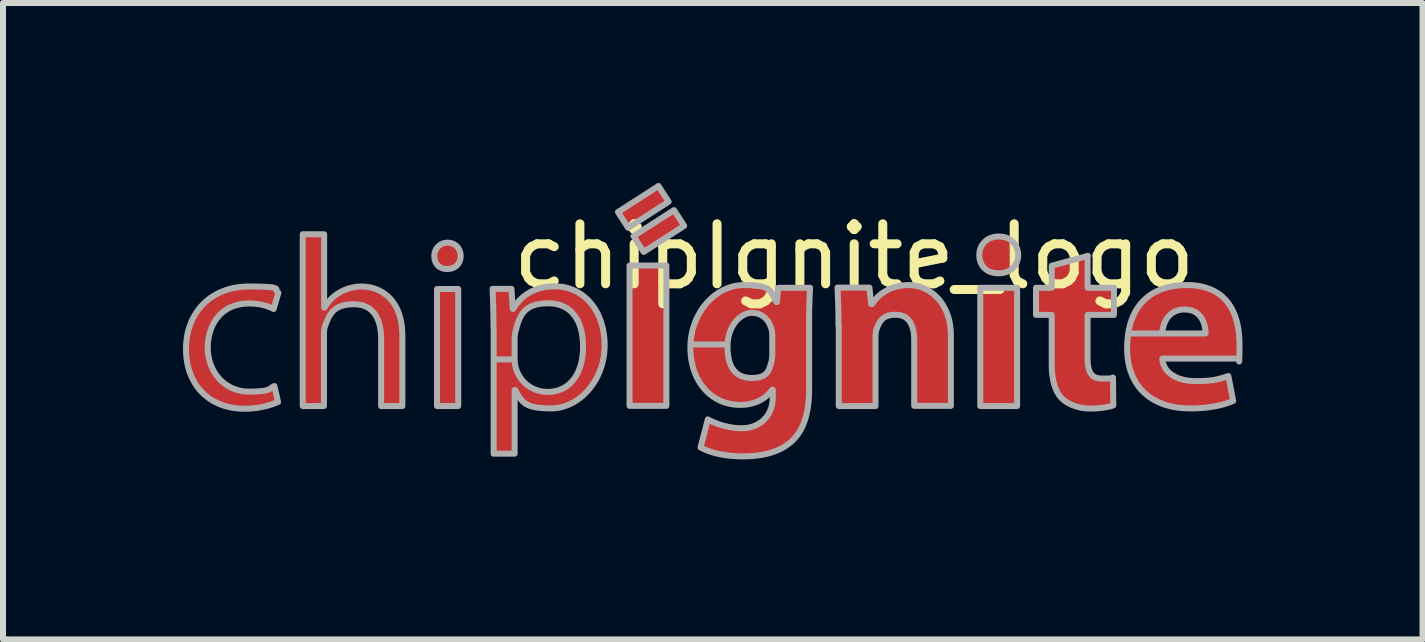
<source format=kicad_pcb>
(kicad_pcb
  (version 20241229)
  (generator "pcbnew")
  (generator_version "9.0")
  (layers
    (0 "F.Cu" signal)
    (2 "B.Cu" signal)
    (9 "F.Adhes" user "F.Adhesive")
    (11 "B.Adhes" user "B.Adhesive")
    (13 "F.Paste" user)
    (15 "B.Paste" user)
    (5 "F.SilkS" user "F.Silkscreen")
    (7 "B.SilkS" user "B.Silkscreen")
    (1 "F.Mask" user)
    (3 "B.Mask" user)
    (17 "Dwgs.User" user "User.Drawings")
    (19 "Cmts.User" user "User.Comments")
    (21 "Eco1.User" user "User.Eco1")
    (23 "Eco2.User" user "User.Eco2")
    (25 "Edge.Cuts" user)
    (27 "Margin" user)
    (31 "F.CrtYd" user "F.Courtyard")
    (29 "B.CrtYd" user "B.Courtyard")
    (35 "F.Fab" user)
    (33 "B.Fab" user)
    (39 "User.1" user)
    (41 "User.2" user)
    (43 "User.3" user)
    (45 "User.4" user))
  (footprint "chipIgnite_logo"
    (layer "F.Cu")
    (at 16.207 1.725)
    (property "Reference" "chipIgnite_logo" (at -5.021 -0.5 0) (unlocked yes) (layer "F.SilkS") (effects (font (size 1 1) (thickness 0.15))))
    (attr smd allow_soldermask_bridges)
    (fp_poly (pts (xy -1.129 -0.511) (xy -1.132 -0.511) (xy -1.132 -0.511)) (stroke (width -0.000001) (type solid)) (fill yes) (layer "F.Cu"))
    (fp_poly (pts (xy -11.62 1.992) (xy -11.974 1.992) (xy -11.974 0.042) (xy -11.62 0.042)) (stroke (width -0.000001) (type solid)) (fill yes) (layer "F.Cu"))
    (fp_poly (pts (xy -8.151 1.989) (xy -8.765 1.989) (xy -8.765 -0.35) (xy -8.151 -0.35)) (stroke (width -0.000001) (type solid)) (fill yes) (layer "F.Cu"))
    (fp_poly (pts (xy -8.114 -1.413) (xy -8.789 -0.98) (xy -8.958 -1.242) (xy -8.283 -1.675)) (stroke (width -0.000001) (type solid)) (fill yes) (layer "F.Cu"))
    (fp_poly (pts (xy -7.855 -1.011) (xy -8.529 -0.577) (xy -8.699 -0.839) (xy -8.024 -1.273)) (stroke (width -0.000001) (type solid)) (fill yes) (layer "F.Cu"))
    (fp_poly (pts (xy -2.306 1.992) (xy -2.92 1.992) (xy -2.92 0.021) (xy -2.306 0.021)) (stroke (width -0.000001) (type solid)) (fill yes) (layer "F.Cu"))
    (fp_poly (pts (xy -1.132 0.021) (xy -0.692 0.021) (xy -0.692 0.473) (xy -1.132 0.473) (xy -1.132 1.187) (xy -1.131 1.231) (xy -1.129 1.271) (xy -1.125 1.308) (xy -1.119 1.342) (xy -1.112 1.373) (xy -1.103 1.402) (xy -1.098 1.415) (xy -1.092 1.427) (xy -1.085 1.439) (xy -1.079 1.45) (xy -1.071 1.46) (xy -1.063 1.47) (xy -1.055 1.479) (xy -1.046 1.487) (xy -1.037 1.495) (xy -1.026 1.502) (xy -1.016 1.508) (xy -1.004 1.513) (xy -0.992 1.518) (xy -0.98 1.522) (xy -0.967 1.526) (xy -0.953 1.529) (xy -0.938 1.531) (xy -0.923 1.533) (xy -0.891 1.534) (xy -0.834 1.534) (xy -0.795 1.533) (xy -0.769 1.532) (xy -0.754 1.531) (xy -0.744 1.529) (xy -0.736 1.526) (xy -0.725 1.523) (xy -0.708 1.518) (xy -0.703 1.981) (xy -0.718 1.987) (xy -0.735 1.992) (xy -0.753 1.997) (xy -0.773 2.002) (xy -0.794 2.006) (xy -0.817 2.011) (xy -0.84 2.015) (xy -0.865 2.018) (xy -0.891 2.022) (xy -0.918 2.025) (xy -0.946 2.028) (xy -0.975 2.03) (xy -1.005 2.032) (xy -1.035 2.033) (xy -1.066 2.034) (xy -1.097 2.034) (xy -1.129 2.033) (xy -1.162 2.031) (xy -1.194 2.027) (xy -1.227 2.022) (xy -1.259 2.015) (xy -1.292 2.007) (xy -1.323 1.998) (xy -1.355 1.987) (xy -1.385 1.975) (xy -1.414 1.962) (xy -1.442 1.949) (xy -1.469 1.934) (xy -1.495 1.918) (xy -1.518 1.901) (xy -1.54 1.883) (xy -1.56 1.865) (xy -1.581 1.842) (xy -1.6 1.818) (xy -1.618 1.791) (xy -1.635 1.763) (xy -1.65 1.733) (xy -1.664 1.702) (xy -1.676 1.668) (xy -1.688 1.633) (xy -1.697 1.596) (xy -1.706 1.556) (xy -1.713 1.515) (xy -1.719 1.472) (xy -1.724 1.427) (xy -1.727 1.38) (xy -1.729 1.331) (xy -1.73 1.28) (xy -1.73 0.473) (xy -1.991 0.473) (xy -1.991 0.021) (xy -1.73 0.021) (xy -1.73 -0.347) (xy -1.132 -0.511)) (stroke (width -0.000001) (type solid)) (fill yes) (layer "F.Cu"))
    (fp_poly (pts (xy -11.785 -0.731) (xy -11.773 -0.73) (xy -11.762 -0.728) (xy -11.75 -0.726) (xy -11.739 -0.724) (xy -11.729 -0.721) (xy -11.718 -0.718) (xy -11.708 -0.714) (xy -11.699 -0.709) (xy -11.689 -0.704) (xy -11.68 -0.699) (xy -11.671 -0.693) (xy -11.663 -0.687) (xy -11.655 -0.681) (xy -11.647 -0.674) (xy -11.64 -0.666) (xy -11.633 -0.659) (xy -11.626 -0.651) (xy -11.62 -0.642) (xy -11.614 -0.634) (xy -11.609 -0.625) (xy -11.604 -0.615) (xy -11.6 -0.606) (xy -11.596 -0.596) (xy -11.592 -0.586) (xy -11.589 -0.575) (xy -11.586 -0.565) (xy -11.584 -0.554) (xy -11.582 -0.543) (xy -11.581 -0.532) (xy -11.58 -0.52) (xy -11.58 -0.509) (xy -11.58 -0.497) (xy -11.581 -0.486) (xy -11.582 -0.475) (xy -11.584 -0.464) (xy -11.586 -0.454) (xy -11.589 -0.443) (xy -11.592 -0.433) (xy -11.595 -0.423) (xy -11.599 -0.414) (xy -11.604 -0.404) (xy -11.609 -0.395) (xy -11.614 -0.386) (xy -11.62 -0.378) (xy -11.626 -0.37) (xy -11.633 -0.362) (xy -11.64 -0.354) (xy -11.647 -0.347) (xy -11.655 -0.341) (xy -11.663 -0.334) (xy -11.672 -0.328) (xy -11.681 -0.323) (xy -11.691 -0.317) (xy -11.7 -0.313) (xy -11.711 -0.308) (xy -11.721 -0.305) (xy -11.732 -0.301) (xy -11.743 -0.298) (xy -11.755 -0.296) (xy -11.767 -0.294) (xy -11.779 -0.293) (xy -11.792 -0.292) (xy -11.805 -0.292) (xy -11.818 -0.292) (xy -11.83 -0.293) (xy -11.843 -0.294) (xy -11.854 -0.296) (xy -11.866 -0.299) (xy -11.877 -0.301) (xy -11.887 -0.305) (xy -11.898 -0.309) (xy -11.907 -0.313) (xy -11.917 -0.318) (xy -11.926 -0.323) (xy -11.934 -0.329) (xy -11.943 -0.335) (xy -11.95 -0.341) (xy -11.958 -0.348) (xy -11.965 -0.355) (xy -11.971 -0.363) (xy -11.977 -0.371) (xy -11.983 -0.379) (xy -11.988 -0.388) (xy -11.993 -0.396) (xy -11.998 -0.406) (xy -12.002 -0.415) (xy -12.005 -0.424) (xy -12.009 -0.434) (xy -12.011 -0.444) (xy -12.014 -0.455) (xy -12.016 -0.465) (xy -12.017 -0.476) (xy -12.018 -0.487) (xy -12.019 -0.498) (xy -12.019 -0.509) (xy -12.019 -0.52) (xy -12.018 -0.531) (xy -12.017 -0.542) (xy -12.015 -0.552) (xy -12.013 -0.563) (xy -12.01 -0.573) (xy -12.007 -0.584) (xy -12.003 -0.594) (xy -11.999 -0.603) (xy -11.994 -0.613) (xy -11.989 -0.622) (xy -11.984 -0.631) (xy -11.978 -0.64) (xy -11.972 -0.648) (xy -11.965 -0.657) (xy -11.958 -0.664) (xy -11.95 -0.672) (xy -11.942 -0.679) (xy -11.934 -0.686) (xy -11.925 -0.692) (xy -11.916 -0.698) (xy -11.907 -0.703) (xy -11.897 -0.708) (xy -11.887 -0.713) (xy -11.877 -0.717) (xy -11.867 -0.721) (xy -11.856 -0.724) (xy -11.844 -0.726) (xy -11.833 -0.728) (xy -11.821 -0.73) (xy -11.809 -0.731) (xy -11.797 -0.731)) (stroke (width -0.000001) (type solid)) (fill yes) (layer "F.Cu"))
    (fp_poly (pts (xy -2.592 -0.834) (xy -2.575 -0.833) (xy -2.558 -0.831) (xy -2.541 -0.828) (xy -2.524 -0.825) (xy -2.509 -0.821) (xy -2.493 -0.816) (xy -2.478 -0.811) (xy -2.464 -0.805) (xy -2.45 -0.798) (xy -2.437 -0.791) (xy -2.424 -0.783) (xy -2.412 -0.775) (xy -2.4 -0.766) (xy -2.388 -0.756) (xy -2.378 -0.746) (xy -2.368 -0.736) (xy -2.358 -0.724) (xy -2.349 -0.713) (xy -2.341 -0.701) (xy -2.333 -0.689) (xy -2.326 -0.676) (xy -2.319 -0.662) (xy -2.313 -0.649) (xy -2.308 -0.635) (xy -2.303 -0.62) (xy -2.299 -0.606) (xy -2.295 -0.59) (xy -2.292 -0.575) (xy -2.29 -0.559) (xy -2.289 -0.543) (xy -2.288 -0.527) (xy -2.288 -0.511) (xy -2.289 -0.496) (xy -2.291 -0.48) (xy -2.294 -0.465) (xy -2.297 -0.45) (xy -2.301 -0.436) (xy -2.305 -0.422) (xy -2.31 -0.408) (xy -2.316 -0.394) (xy -2.323 -0.381) (xy -2.33 -0.368) (xy -2.338 -0.356) (xy -2.347 -0.344) (xy -2.356 -0.332) (xy -2.365 -0.321) (xy -2.376 -0.31) (xy -2.387 -0.3) (xy -2.398 -0.29) (xy -2.41 -0.281) (xy -2.423 -0.273) (xy -2.437 -0.265) (xy -2.45 -0.257) (xy -2.465 -0.251) (xy -2.48 -0.244) (xy -2.495 -0.239) (xy -2.511 -0.234) (xy -2.528 -0.23) (xy -2.545 -0.226) (xy -2.563 -0.224) (xy -2.581 -0.222) (xy -2.599 -0.221) (xy -2.619 -0.22) (xy -2.638 -0.221) (xy -2.656 -0.222) (xy -2.674 -0.224) (xy -2.691 -0.226) (xy -2.708 -0.23) (xy -2.724 -0.234) (xy -2.74 -0.239) (xy -2.755 -0.244) (xy -2.77 -0.251) (xy -2.784 -0.257) (xy -2.797 -0.265) (xy -2.81 -0.273) (xy -2.822 -0.281) (xy -2.833 -0.29) (xy -2.844 -0.3) (xy -2.855 -0.31) (xy -2.864 -0.321) (xy -2.874 -0.332) (xy -2.882 -0.344) (xy -2.89 -0.356) (xy -2.897 -0.368) (xy -2.904 -0.381) (xy -2.91 -0.394) (xy -2.915 -0.408) (xy -2.92 -0.422) (xy -2.924 -0.436) (xy -2.928 -0.45) (xy -2.931 -0.465) (xy -2.933 -0.48) (xy -2.935 -0.496) (xy -2.936 -0.511) (xy -2.936 -0.527) (xy -2.936 -0.543) (xy -2.935 -0.558) (xy -2.933 -0.574) (xy -2.93 -0.589) (xy -2.927 -0.604) (xy -2.923 -0.618) (xy -2.918 -0.633) (xy -2.913 -0.647) (xy -2.907 -0.66) (xy -2.9 -0.673) (xy -2.893 -0.686) (xy -2.885 -0.699) (xy -2.876 -0.711) (xy -2.867 -0.722) (xy -2.857 -0.733) (xy -2.847 -0.744) (xy -2.836 -0.754) (xy -2.824 -0.764) (xy -2.812 -0.773) (xy -2.8 -0.782) (xy -2.786 -0.79) (xy -2.773 -0.797) (xy -2.759 -0.804) (xy -2.744 -0.81) (xy -2.729 -0.815) (xy -2.713 -0.82) (xy -2.697 -0.824) (xy -2.681 -0.828) (xy -2.664 -0.831) (xy -2.647 -0.832) (xy -2.629 -0.834) (xy -2.611 -0.834)) (stroke (width -0.000001) (type solid)) (fill yes) (layer "F.Cu"))
    (fp_poly (pts (xy -13.855 0.351) (xy -13.847 0.351) (xy -13.837 0.333) (xy -13.825 0.314) (xy -13.813 0.296) (xy -13.8 0.278) (xy -13.786 0.26) (xy -13.771 0.243) (xy -13.756 0.226) (xy -13.74 0.209) (xy -13.724 0.193) (xy -13.707 0.178) (xy -13.689 0.163) (xy -13.671 0.149) (xy -13.652 0.135) (xy -13.633 0.122) (xy -13.614 0.109) (xy -13.593 0.097) (xy -13.573 0.086) (xy -13.553 0.076) (xy -13.532 0.066) (xy -13.511 0.056) (xy -13.489 0.048) (xy -13.467 0.04) (xy -13.445 0.032) (xy -13.422 0.026) (xy -13.399 0.02) (xy -13.376 0.014) (xy -13.352 0.01) (xy -13.329 0.006) (xy -13.304 0.003) (xy -13.28 0.001) (xy -13.256 -0.000177) (xy -13.231 -0.001) (xy -13.18 0.001) (xy -13.127 0.008) (xy -13.071 0.019) (xy -13.014 0.035) (xy -12.986 0.045) (xy -12.957 0.057) (xy -12.929 0.071) (xy -12.901 0.086) (xy -12.873 0.103) (xy -12.846 0.121) (xy -12.819 0.141) (xy -12.793 0.164) (xy -12.767 0.188) (xy -12.743 0.214) (xy -12.719 0.243) (xy -12.697 0.273) (xy -12.676 0.306) (xy -12.656 0.341) (xy -12.637 0.378) (xy -12.62 0.418) (xy -12.605 0.46) (xy -12.591 0.505) (xy -12.579 0.552) (xy -12.569 0.602) (xy -12.562 0.655) (xy -12.556 0.711) (xy -12.552 0.769) (xy -12.551 0.83) (xy -12.551 1.992) (xy -12.906 1.992) (xy -12.906 0.873) (xy -12.907 0.814) (xy -12.911 0.757) (xy -12.919 0.702) (xy -12.929 0.65) (xy -12.943 0.599) (xy -12.96 0.552) (xy -12.97 0.529) (xy -12.981 0.507) (xy -12.993 0.486) (xy -13.006 0.466) (xy -13.02 0.447) (xy -13.034 0.429) (xy -13.05 0.411) (xy -13.067 0.395) (xy -13.085 0.38) (xy -13.104 0.366) (xy -13.124 0.353) (xy -13.146 0.342) (xy -13.168 0.331) (xy -13.191 0.322) (xy -13.216 0.314) (xy -13.242 0.308) (xy -13.269 0.302) (xy -13.298 0.299) (xy -13.327 0.296) (xy -13.358 0.296) (xy -13.389 0.296) (xy -13.418 0.298) (xy -13.446 0.3) (xy -13.472 0.303) (xy -13.497 0.307) (xy -13.521 0.312) (xy -13.543 0.317) (xy -13.564 0.324) (xy -13.585 0.331) (xy -13.603 0.339) (xy -13.621 0.347) (xy -13.638 0.357) (xy -13.654 0.367) (xy -13.669 0.377) (xy -13.683 0.388) (xy -13.696 0.4) (xy -13.709 0.412) (xy -13.72 0.425) (xy -13.742 0.452) (xy -13.761 0.481) (xy -13.778 0.511) (xy -13.794 0.543) (xy -13.808 0.576) (xy -13.834 0.645) (xy -13.838 0.655) (xy -13.841 0.665) (xy -13.844 0.675) (xy -13.847 0.685) (xy -13.849 0.695) (xy -13.851 0.705) (xy -13.853 0.715) (xy -13.854 0.726) (xy -13.855 0.736) (xy -13.856 0.747) (xy -13.857 0.769) (xy -13.858 0.791) (xy -13.858 0.814) (xy -13.858 1.992) (xy -14.213 1.992) (xy -14.213 -0.871) (xy -13.855 -0.871)) (stroke (width -0.000001) (type solid)) (fill yes) (layer "F.Cu"))
    (fp_poly (pts (xy -4.085 -0.024) (xy -4.054 -0.021) (xy -4.022 -0.017) (xy -3.991 -0.012) (xy -3.959 -0.005) (xy -3.928 0.004) (xy -3.897 0.015) (xy -3.866 0.027) (xy -3.836 0.041) (xy -3.806 0.056) (xy -3.776 0.073) (xy -3.747 0.092) (xy -3.719 0.112) (xy -3.691 0.134) (xy -3.665 0.158) (xy -3.639 0.183) (xy -3.614 0.21) (xy -3.59 0.239) (xy -3.567 0.269) (xy -3.546 0.302) (xy -3.526 0.335) (xy -3.507 0.371) (xy -3.489 0.409) (xy -3.474 0.448) (xy -3.459 0.489) (xy -3.447 0.531) (xy -3.436 0.576) (xy -3.426 0.622) (xy -3.419 0.67) (xy -3.414 0.72) (xy -3.411 0.771) (xy -3.41 0.825) (xy -3.41 1.989) (xy -4.021 1.989) (xy -4.021 0.896) (xy -4.022 0.85) (xy -4.025 0.805) (xy -4.03 0.763) (xy -4.038 0.723) (xy -4.048 0.685) (xy -4.06 0.65) (xy -4.067 0.633) (xy -4.075 0.618) (xy -4.083 0.602) (xy -4.092 0.588) (xy -4.102 0.574) (xy -4.112 0.562) (xy -4.123 0.549) (xy -4.135 0.538) (xy -4.147 0.528) (xy -4.16 0.518) (xy -4.174 0.509) (xy -4.188 0.501) (xy -4.203 0.494) (xy -4.219 0.488) (xy -4.236 0.483) (xy -4.253 0.478) (xy -4.271 0.475) (xy -4.29 0.472) (xy -4.31 0.471) (xy -4.33 0.47) (xy -4.351 0.471) (xy -4.37 0.472) (xy -4.388 0.473) (xy -4.406 0.476) (xy -4.422 0.478) (xy -4.438 0.482) (xy -4.453 0.486) (xy -4.467 0.49) (xy -4.48 0.495) (xy -4.493 0.501) (xy -4.505 0.507) (xy -4.516 0.513) (xy -4.526 0.52) (xy -4.536 0.527) (xy -4.546 0.535) (xy -4.554 0.543) (xy -4.563 0.551) (xy -4.57 0.56) (xy -4.584 0.578) (xy -4.597 0.597) (xy -4.608 0.617) (xy -4.619 0.637) (xy -4.628 0.658) (xy -4.645 0.701) (xy -4.648 0.708) (xy -4.651 0.716) (xy -4.653 0.725) (xy -4.655 0.733) (xy -4.657 0.743) (xy -4.659 0.752) (xy -4.66 0.761) (xy -4.662 0.771) (xy -4.664 0.791) (xy -4.665 0.812) (xy -4.666 0.833) (xy -4.666 0.854) (xy -4.666 1.992) (xy -5.278 1.992) (xy -5.278 0.65) (xy -5.283 0.648) (xy -5.284 0.47) (xy -5.288 0.307) (xy -5.293 0.156) (xy -5.299 0.018) (xy -4.767 0.018) (xy -4.738 0.293) (xy -4.725 0.293) (xy -4.708 0.268) (xy -4.689 0.242) (xy -4.667 0.216) (xy -4.643 0.189) (xy -4.615 0.162) (xy -4.584 0.136) (xy -4.568 0.123) (xy -4.551 0.11) (xy -4.533 0.098) (xy -4.515 0.086) (xy -4.495 0.074) (xy -4.475 0.063) (xy -4.455 0.052) (xy -4.433 0.042) (xy -4.411 0.032) (xy -4.388 0.023) (xy -4.364 0.015) (xy -4.34 0.007) (xy -4.314 -0.000028) (xy -4.288 -0.006) (xy -4.261 -0.012) (xy -4.234 -0.016) (xy -4.206 -0.02) (xy -4.177 -0.022) (xy -4.147 -0.024) (xy -4.116 -0.024)) (stroke (width -0.000001) (type solid)) (fill yes) (layer "F.Cu"))
    (fp_poly (pts (xy -15 0) (xy -14.909 0.002) (xy -14.836 0.005) (xy -14.777 0.008) (xy -14.733 0.013) (xy -14.699 0.019) (xy -14.676 0.025) (xy -14.661 0.032) (xy -14.652 0.04) (xy -14.648 0.048) (xy -14.646 0.066) (xy -14.645 0.076) (xy -14.641 0.085) (xy -14.632 0.095) (xy -14.617 0.105) (xy -14.697 0.375) (xy -14.713 0.367) (xy -14.731 0.358) (xy -14.75 0.35) (xy -14.769 0.342) (xy -14.791 0.334) (xy -14.813 0.326) (xy -14.836 0.319) (xy -14.861 0.312) (xy -14.887 0.306) (xy -14.915 0.3) (xy -14.943 0.295) (xy -14.973 0.291) (xy -15.005 0.287) (xy -15.037 0.285) (xy -15.071 0.283) (xy -15.107 0.282) (xy -15.148 0.283) (xy -15.188 0.286) (xy -15.227 0.291) (xy -15.265 0.298) (xy -15.301 0.306) (xy -15.336 0.316) (xy -15.37 0.328) (xy -15.403 0.341) (xy -15.434 0.356) (xy -15.465 0.372) (xy -15.493 0.39) (xy -15.521 0.409) (xy -15.547 0.43) (xy -15.572 0.452) (xy -15.596 0.475) (xy -15.619 0.5) (xy -15.64 0.525) (xy -15.659 0.552) (xy -15.678 0.58) (xy -15.695 0.609) (xy -15.711 0.639) (xy -15.725 0.67) (xy -15.738 0.702) (xy -15.75 0.735) (xy -15.761 0.768) (xy -15.77 0.802) (xy -15.777 0.837) (xy -15.784 0.873) (xy -15.788 0.909) (xy -15.792 0.946) (xy -15.794 0.983) (xy -15.795 1.021) (xy -15.794 1.058) (xy -15.791 1.096) (xy -15.787 1.132) (xy -15.782 1.168) (xy -15.774 1.204) (xy -15.765 1.238) (xy -15.755 1.272) (xy -15.743 1.306) (xy -15.73 1.338) (xy -15.716 1.369) (xy -15.7 1.4) (xy -15.682 1.43) (xy -15.664 1.458) (xy -15.644 1.486) (xy -15.623 1.512) (xy -15.601 1.538) (xy -15.578 1.562) (xy -15.553 1.585) (xy -15.528 1.606) (xy -15.502 1.627) (xy -15.474 1.646) (xy -15.446 1.663) (xy -15.416 1.679) (xy -15.386 1.694) (xy -15.355 1.707) (xy -15.323 1.718) (xy -15.291 1.728) (xy -15.257 1.736) (xy -15.223 1.743) (xy -15.189 1.747) (xy -15.153 1.75) (xy -15.117 1.751) (xy -15.05 1.75) (xy -14.992 1.749) (xy -14.943 1.746) (xy -14.901 1.743) (xy -14.866 1.739) (xy -14.837 1.733) (xy -14.813 1.728) (xy -14.793 1.721) (xy -14.777 1.715) (xy -14.763 1.707) (xy -14.739 1.692) (xy -14.715 1.675) (xy -14.701 1.667) (xy -14.684 1.658) (xy -14.623 1.926) (xy -14.625 1.923) (xy -14.644 1.932) (xy -14.665 1.941) (xy -14.689 1.95) (xy -14.715 1.96) (xy -14.744 1.969) (xy -14.774 1.979) (xy -14.807 1.988) (xy -14.842 1.997) (xy -14.879 2.005) (xy -14.918 2.013) (xy -14.959 2.019) (xy -15.001 2.025) (xy -15.045 2.03) (xy -15.091 2.034) (xy -15.138 2.036) (xy -15.186 2.037) (xy -15.241 2.035) (xy -15.294 2.032) (xy -15.346 2.026) (xy -15.397 2.018) (xy -15.446 2.007) (xy -15.494 1.995) (xy -15.541 1.98) (xy -15.586 1.964) (xy -15.63 1.945) (xy -15.672 1.925) (xy -15.712 1.902) (xy -15.752 1.878) (xy -15.789 1.851) (xy -15.825 1.823) (xy -15.859 1.793) (xy -15.892 1.761) (xy -15.923 1.728) (xy -15.952 1.692) (xy -15.979 1.655) (xy -16.005 1.617) (xy -16.029 1.577) (xy -16.05 1.535) (xy -16.07 1.492) (xy -16.088 1.447) (xy -16.104 1.401) (xy -16.118 1.353) (xy -16.13 1.304) (xy -16.14 1.254) (xy -16.147 1.202) (xy -16.153 1.149) (xy -16.156 1.095) (xy -16.157 1.039) (xy -16.156 0.984) (xy -16.153 0.929) (xy -16.147 0.875) (xy -16.138 0.823) (xy -16.128 0.771) (xy -16.115 0.721) (xy -16.1 0.672) (xy -16.083 0.624) (xy -16.064 0.578) (xy -16.043 0.533) (xy -16.019 0.49) (xy -15.994 0.447) (xy -15.966 0.407) (xy -15.937 0.368) (xy -15.906 0.331) (xy -15.873 0.295) (xy -15.837 0.261) (xy -15.8 0.229) (xy -15.762 0.199) (xy -15.721 0.171) (xy -15.679 0.144) (xy -15.635 0.12) (xy -15.589 0.098) (xy -15.542 0.078) (xy -15.493 0.06) (xy -15.443 0.044) (xy -15.391 0.031) (xy -15.338 0.02) (xy -15.283 0.011) (xy -15.226 0.005) (xy -15.169 0.001) (xy -15.11 -0.001)) (stroke (width -0.000001) (type solid)) (fill yes) (layer "F.Cu"))
    (fp_poly (pts (xy 0.585 -0.023) (xy 0.645 -0.019) (xy 0.702 -0.012) (xy 0.757 -0.002) (xy 0.808 0.01) (xy 0.858 0.024) (xy 0.904 0.041) (xy 0.948 0.061) (xy 0.99 0.082) (xy 1.029 0.105) (xy 1.066 0.131) (xy 1.101 0.158) (xy 1.134 0.187) (xy 1.164 0.218) (xy 1.192 0.25) (xy 1.218 0.284) (xy 1.242 0.32) (xy 1.265 0.356) (xy 1.285 0.394) (xy 1.303 0.433) (xy 1.32 0.473) (xy 1.335 0.515) (xy 1.348 0.557) (xy 1.36 0.6) (xy 1.378 0.687) (xy 1.391 0.777) (xy 1.398 0.868) (xy 1.4 0.96) (xy 1.4 1.109) (xy 1.398 1.198) (xy 1.396 1.24) (xy 1.394 1.247) (xy 1.394 1.248) (xy 1.393 1.248) (xy 1.389 1.235) (xy 1.386 1.214) (xy 1.382 1.198) (xy 1.381 1.196) (xy 1.379 1.201) (xy 0.109 1.201) (xy 0.115 1.201) (xy 0.117 1.224) (xy 0.12 1.247) (xy 0.125 1.269) (xy 0.131 1.29) (xy 0.139 1.31) (xy 0.147 1.33) (xy 0.157 1.348) (xy 0.168 1.366) (xy 0.18 1.384) (xy 0.193 1.4) (xy 0.207 1.416) (xy 0.222 1.431) (xy 0.238 1.445) (xy 0.255 1.459) (xy 0.273 1.472) (xy 0.291 1.484) (xy 0.311 1.495) (xy 0.331 1.506) (xy 0.352 1.515) (xy 0.373 1.524) (xy 0.395 1.533) (xy 0.418 1.54) (xy 0.441 1.547) (xy 0.465 1.553) (xy 0.489 1.559) (xy 0.514 1.563) (xy 0.539 1.567) (xy 0.565 1.571) (xy 0.617 1.575) (xy 0.67 1.576) (xy 0.769 1.575) (xy 0.812 1.573) (xy 0.852 1.571) (xy 0.89 1.568) (xy 0.924 1.564) (xy 0.957 1.56) (xy 0.987 1.555) (xy 1.017 1.549) (xy 1.045 1.543) (xy 1.1 1.528) (xy 1.156 1.511) (xy 1.215 1.492) (xy 1.295 1.907) (xy 1.256 1.922) (xy 1.217 1.937) (xy 1.177 1.95) (xy 1.136 1.962) (xy 1.094 1.973) (xy 1.051 1.984) (xy 1.007 1.993) (xy 0.962 2.001) (xy 0.917 2.008) (xy 0.871 2.014) (xy 0.824 2.02) (xy 0.776 2.024) (xy 0.728 2.027) (xy 0.679 2.03) (xy 0.63 2.031) (xy 0.58 2.031) (xy 0.518 2.03) (xy 0.458 2.027) (xy 0.4 2.021) (xy 0.343 2.014) (xy 0.288 2.004) (xy 0.235 1.992) (xy 0.183 1.978) (xy 0.133 1.961) (xy 0.085 1.943) (xy 0.039 1.923) (xy -0.005 1.901) (xy -0.047 1.877) (xy -0.088 1.851) (xy -0.126 1.823) (xy -0.163 1.793) (xy -0.197 1.761) (xy -0.23 1.728) (xy -0.261 1.692) (xy -0.289 1.656) (xy -0.316 1.617) (xy -0.341 1.576) (xy -0.363 1.534) (xy -0.384 1.491) (xy -0.402 1.445) (xy -0.419 1.399) (xy -0.433 1.35) (xy -0.445 1.3) (xy -0.455 1.249) (xy -0.463 1.196) (xy -0.468 1.141) (xy -0.472 1.086) (xy -0.473 1.029) (xy -0.469 0.915) (xy -0.458 0.806) (xy -0.454 0.783) (xy 0.109 0.783) (xy 0.834 0.783) (xy 0.833 0.754) (xy 0.831 0.723) (xy 0.827 0.691) (xy 0.82 0.658) (xy 0.811 0.624) (xy 0.799 0.591) (xy 0.785 0.559) (xy 0.776 0.543) (xy 0.767 0.527) (xy 0.757 0.512) (xy 0.746 0.498) (xy 0.734 0.484) (xy 0.722 0.47) (xy 0.708 0.458) (xy 0.693 0.446) (xy 0.678 0.435) (xy 0.661 0.425) (xy 0.644 0.415) (xy 0.625 0.407) (xy 0.605 0.4) (xy 0.584 0.394) (xy 0.562 0.389) (xy 0.538 0.386) (xy 0.514 0.384) (xy 0.488 0.383) (xy 0.462 0.384) (xy 0.437 0.386) (xy 0.413 0.389) (xy 0.391 0.394) (xy 0.369 0.399) (xy 0.349 0.406) (xy 0.33 0.414) (xy 0.311 0.423) (xy 0.294 0.433) (xy 0.278 0.443) (xy 0.262 0.455) (xy 0.248 0.467) (xy 0.234 0.48) (xy 0.221 0.493) (xy 0.209 0.508) (xy 0.198 0.522) (xy 0.188 0.537) (xy 0.178 0.553) (xy 0.169 0.569) (xy 0.161 0.585) (xy 0.147 0.618) (xy 0.135 0.652) (xy 0.126 0.686) (xy 0.119 0.719) (xy 0.113 0.751) (xy 0.109 0.783) (xy -0.454 0.783) (xy -0.44 0.703) (xy -0.428 0.653) (xy -0.414 0.604) (xy -0.398 0.557) (xy -0.38 0.511) (xy -0.36 0.467) (xy -0.339 0.425) (xy -0.315 0.384) (xy -0.289 0.344) (xy -0.262 0.307) (xy -0.232 0.271) (xy -0.201 0.237) (xy -0.167 0.205) (xy -0.132 0.175) (xy -0.094 0.146) (xy -0.054 0.12) (xy -0.012 0.096) (xy 0.032 0.073) (xy 0.078 0.053) (xy 0.126 0.036) (xy 0.176 0.02) (xy 0.228 0.007) (xy 0.283 -0.004) (xy 0.339 -0.013) (xy 0.398 -0.019) (xy 0.459 -0.023) (xy 0.522 -0.024)) (stroke (width -0.000001) (type solid)) (fill yes) (layer "F.Cu"))
    (fp_poly (pts (xy -9.967 -0.002) (xy -9.923 0.001) (xy -9.88 0.007) (xy -9.839 0.015) (xy -9.798 0.025) (xy -9.757 0.037) (xy -9.718 0.052) (xy -9.68 0.068) (xy -9.643 0.087) (xy -9.607 0.107) (xy -9.572 0.13) (xy -9.539 0.154) (xy -9.506 0.18) (xy -9.475 0.208) (xy -9.445 0.238) (xy -9.417 0.27) (xy -9.39 0.303) (xy -9.364 0.338) (xy -9.34 0.375) (xy -9.318 0.413) (xy -9.296 0.453) (xy -9.277 0.494) (xy -9.259 0.537) (xy -9.243 0.582) (xy -9.229 0.627) (xy -9.216 0.674) (xy -9.205 0.723) (xy -9.196 0.773) (xy -9.189 0.824) (xy -9.184 0.876) (xy -9.181 0.929) (xy -9.18 0.984) (xy -9.181 1.038) (xy -9.185 1.092) (xy -9.191 1.145) (xy -9.2 1.197) (xy -9.21 1.248) (xy -9.223 1.298) (xy -9.238 1.347) (xy -9.255 1.395) (xy -9.274 1.442) (xy -9.294 1.487) (xy -9.317 1.531) (xy -9.341 1.573) (xy -9.367 1.614) (xy -9.394 1.654) (xy -9.423 1.692) (xy -9.453 1.728) (xy -9.485 1.762) (xy -9.518 1.795) (xy -9.552 1.826) (xy -9.587 1.855) (xy -9.624 1.882) (xy -9.661 1.907) (xy -9.699 1.93) (xy -9.738 1.95) (xy -9.778 1.969) (xy -9.819 1.985) (xy -9.86 1.999) (xy -9.901 2.01) (xy -9.943 2.02) (xy -9.986 2.026) (xy -10.029 2.03) (xy -10.072 2.031) (xy -10.153 2.03) (xy -10.225 2.026) (xy -10.288 2.02) (xy -10.344 2.011) (xy -10.368 2.005) (xy -10.392 1.999) (xy -10.413 1.992) (xy -10.434 1.985) (xy -10.452 1.977) (xy -10.47 1.969) (xy -10.486 1.96) (xy -10.501 1.95) (xy -10.515 1.94) (xy -10.529 1.93) (xy -10.553 1.906) (xy -10.574 1.881) (xy -10.594 1.854) (xy -10.613 1.825) (xy -10.632 1.793) (xy -10.672 1.724) (xy -10.68 1.724) (xy -10.68 2.785) (xy -11.03 2.785) (xy -11.03 1.195) (xy -10.68 1.195) (xy -10.68 1.215) (xy -10.679 1.234) (xy -10.678 1.253) (xy -10.676 1.271) (xy -10.674 1.289) (xy -10.671 1.307) (xy -10.668 1.324) (xy -10.665 1.341) (xy -10.658 1.364) (xy -10.651 1.386) (xy -10.643 1.408) (xy -10.634 1.429) (xy -10.624 1.45) (xy -10.614 1.471) (xy -10.602 1.49) (xy -10.59 1.51) (xy -10.578 1.528) (xy -10.564 1.546) (xy -10.55 1.564) (xy -10.535 1.58) (xy -10.52 1.597) (xy -10.504 1.612) (xy -10.487 1.627) (xy -10.47 1.641) (xy -10.452 1.654) (xy -10.434 1.667) (xy -10.415 1.679) (xy -10.396 1.69) (xy -10.376 1.7) (xy -10.356 1.709) (xy -10.335 1.718) (xy -10.314 1.726) (xy -10.293 1.733) (xy -10.271 1.739) (xy -10.248 1.744) (xy -10.226 1.748) (xy -10.203 1.752) (xy -10.18 1.754) (xy -10.156 1.756) (xy -10.133 1.756) (xy -10.098 1.755) (xy -10.064 1.753) (xy -10.031 1.748) (xy -9.999 1.742) (xy -9.968 1.734) (xy -9.939 1.725) (xy -9.91 1.714) (xy -9.882 1.701) (xy -9.855 1.687) (xy -9.829 1.671) (xy -9.804 1.654) (xy -9.78 1.636) (xy -9.757 1.615) (xy -9.736 1.594) (xy -9.715 1.571) (xy -9.695 1.547) (xy -9.677 1.521) (xy -9.66 1.495) (xy -9.644 1.467) (xy -9.629 1.437) (xy -9.615 1.407) (xy -9.602 1.375) (xy -9.59 1.342) (xy -9.58 1.309) (xy -9.571 1.274) (xy -9.563 1.238) (xy -9.556 1.201) (xy -9.55 1.163) (xy -9.546 1.124) (xy -9.543 1.084) (xy -9.541 1.044) (xy -9.54 1.002) (xy -9.542 0.92) (xy -9.55 0.843) (xy -9.562 0.769) (xy -9.578 0.701) (xy -9.588 0.668) (xy -9.599 0.636) (xy -9.612 0.606) (xy -9.625 0.577) (xy -9.64 0.549) (xy -9.655 0.523) (xy -9.672 0.497) (xy -9.69 0.473) (xy -9.709 0.451) (xy -9.729 0.429) (xy -9.75 0.409) (xy -9.772 0.39) (xy -9.795 0.373) (xy -9.82 0.357) (xy -9.845 0.343) (xy -9.872 0.33) (xy -9.899 0.318) (xy -9.927 0.308) (xy -9.957 0.3) (xy -9.987 0.293) (xy -10.019 0.287) (xy -10.052 0.283) (xy -10.085 0.281) (xy -10.119 0.28) (xy -10.154 0.28) (xy -10.186 0.282) (xy -10.217 0.284) (xy -10.247 0.288) (xy -10.275 0.292) (xy -10.302 0.297) (xy -10.327 0.303) (xy -10.351 0.31) (xy -10.374 0.318) (xy -10.396 0.327) (xy -10.417 0.337) (xy -10.436 0.348) (xy -10.454 0.359) (xy -10.472 0.371) (xy -10.488 0.384) (xy -10.503 0.398) (xy -10.518 0.413) (xy -10.531 0.428) (xy -10.544 0.444) (xy -10.556 0.461) (xy -10.567 0.478) (xy -10.578 0.497) (xy -10.597 0.535) (xy -10.614 0.577) (xy -10.63 0.621) (xy -10.644 0.667) (xy -10.657 0.716) (xy -10.661 0.734) (xy -10.666 0.751) (xy -10.67 0.769) (xy -10.673 0.788) (xy -10.676 0.806) (xy -10.679 0.823) (xy -10.679 0.832) (xy -10.68 0.84) (xy -10.68 0.849) (xy -10.68 0.857) (xy -10.68 1.195) (xy -11.03 1.195) (xy -11.03 0.674) (xy -11.032 0.677) (xy -11.034 0.498) (xy -11.037 0.334) (xy -11.042 0.182) (xy -11.048 0.039) (xy -10.733 0.039) (xy -10.712 0.372) (xy -10.704 0.372) (xy -10.691 0.35) (xy -10.677 0.329) (xy -10.662 0.308) (xy -10.647 0.288) (xy -10.632 0.268) (xy -10.615 0.249) (xy -10.599 0.231) (xy -10.581 0.213) (xy -10.564 0.196) (xy -10.545 0.18) (xy -10.526 0.164) (xy -10.507 0.149) (xy -10.487 0.135) (xy -10.467 0.121) (xy -10.446 0.108) (xy -10.424 0.095) (xy -10.402 0.084) (xy -10.38 0.073) (xy -10.356 0.062) (xy -10.333 0.053) (xy -10.309 0.044) (xy -10.284 0.036) (xy -10.259 0.029) (xy -10.234 0.022) (xy -10.207 0.016) (xy -10.181 0.011) (xy -10.154 0.007) (xy -10.126 0.003) (xy -10.098 0.000344) (xy -10.07 -0.002) (xy -10.041 -0.003) (xy -10.011 -0.003)) (stroke (width -0.000001) (type solid)) (fill yes) (layer "F.Cu"))
    (fp_poly (pts (xy -6.772 -0.023) (xy -6.698 -0.019) (xy -6.635 -0.013) (xy -6.582 -0.004) (xy -6.558 0.002) (xy -6.537 0.008) (xy -6.517 0.014) (xy -6.499 0.021) (xy -6.483 0.029) (xy -6.468 0.037) (xy -6.455 0.046) (xy -6.442 0.055) (xy -6.431 0.064) (xy -6.421 0.074) (xy -6.404 0.096) (xy -6.389 0.119) (xy -6.376 0.144) (xy -6.35 0.199) (xy -6.335 0.228) (xy -6.317 0.259) (xy -6.309 0.259) (xy -6.288 0.021) (xy -5.757 0.021) (xy -5.762 0.126) (xy -5.767 0.253) (xy -5.769 0.327) (xy -5.771 0.41) (xy -5.772 0.504) (xy -5.772 0.608) (xy -5.772 1.703) (xy -5.772 1.703) (xy -5.773 1.773) (xy -5.776 1.842) (xy -5.781 1.909) (xy -5.788 1.974) (xy -5.797 2.037) (xy -5.809 2.098) (xy -5.822 2.157) (xy -5.839 2.214) (xy -5.858 2.269) (xy -5.88 2.322) (xy -5.904 2.372) (xy -5.932 2.421) (xy -5.963 2.467) (xy -5.996 2.51) (xy -6.034 2.551) (xy -6.074 2.59) (xy -6.115 2.623) (xy -6.158 2.653) (xy -6.202 2.681) (xy -6.248 2.705) (xy -6.296 2.728) (xy -6.344 2.747) (xy -6.394 2.765) (xy -6.445 2.78) (xy -6.496 2.792) (xy -6.549 2.803) (xy -6.602 2.812) (xy -6.656 2.819) (xy -6.71 2.824) (xy -6.764 2.828) (xy -6.818 2.83) (xy -6.873 2.83) (xy -6.927 2.83) (xy -6.98 2.828) (xy -7.031 2.825) (xy -7.082 2.821) (xy -7.131 2.815) (xy -7.179 2.809) (xy -7.225 2.801) (xy -7.27 2.792) (xy -7.314 2.782) (xy -7.357 2.771) (xy -7.398 2.759) (xy -7.437 2.746) (xy -7.476 2.731) (xy -7.513 2.716) (xy -7.548 2.7) (xy -7.582 2.682) (xy -7.46 2.214) (xy -7.436 2.227) (xy -7.41 2.241) (xy -7.381 2.254) (xy -7.351 2.267) (xy -7.32 2.28) (xy -7.286 2.292) (xy -7.252 2.304) (xy -7.215 2.315) (xy -7.178 2.325) (xy -7.139 2.334) (xy -7.1 2.342) (xy -7.059 2.349) (xy -7.017 2.355) (xy -6.975 2.359) (xy -6.932 2.361) (xy -6.889 2.362) (xy -6.845 2.36) (xy -6.8 2.355) (xy -6.755 2.346) (xy -6.711 2.332) (xy -6.689 2.324) (xy -6.667 2.315) (xy -6.646 2.305) (xy -6.625 2.294) (xy -6.605 2.282) (xy -6.585 2.269) (xy -6.565 2.255) (xy -6.546 2.24) (xy -6.528 2.223) (xy -6.511 2.206) (xy -6.494 2.188) (xy -6.478 2.168) (xy -6.464 2.147) (xy -6.45 2.126) (xy -6.437 2.103) (xy -6.425 2.079) (xy -6.415 2.053) (xy -6.405 2.027) (xy -6.397 1.999) (xy -6.391 1.971) (xy -6.385 1.941) (xy -6.381 1.91) (xy -6.379 1.877) (xy -6.378 1.844) (xy -6.378 1.719) (xy -6.386 1.719) (xy -6.409 1.749) (xy -6.433 1.776) (xy -6.459 1.803) (xy -6.487 1.827) (xy -6.516 1.85) (xy -6.546 1.87) (xy -6.578 1.89) (xy -6.611 1.907) (xy -6.646 1.922) (xy -6.682 1.935) (xy -6.718 1.947) (xy -6.756 1.956) (xy -6.795 1.964) (xy -6.835 1.969) (xy -6.876 1.972) (xy -6.918 1.973) (xy -6.963 1.972) (xy -7.008 1.969) (xy -7.051 1.963) (xy -7.094 1.955) (xy -7.135 1.945) (xy -7.176 1.933) (xy -7.215 1.919) (xy -7.254 1.903) (xy -7.291 1.885) (xy -7.327 1.865) (xy -7.362 1.843) (xy -7.396 1.819) (xy -7.428 1.793) (xy -7.459 1.766) (xy -7.489 1.736) (xy -7.517 1.706) (xy -7.544 1.673) (xy -7.57 1.639) (xy -7.594 1.603) (xy -7.616 1.566) (xy -7.637 1.527) (xy -7.656 1.487) (xy -7.674 1.446) (xy -7.69 1.403) (xy -7.704 1.359) (xy -7.716 1.313) (xy -7.727 1.266) (xy -7.736 1.218) (xy -7.743 1.169) (xy -7.747 1.119) (xy -7.75 1.068) (xy -7.751 1.015) (xy -7.751 1) (xy -7.132 1) (xy -7.131 1.065) (xy -7.126 1.125) (xy -7.117 1.181) (xy -7.106 1.233) (xy -7.099 1.257) (xy -7.091 1.28) (xy -7.082 1.302) (xy -7.073 1.323) (xy -7.063 1.343) (xy -7.052 1.362) (xy -7.04 1.38) (xy -7.028 1.396) (xy -7.015 1.412) (xy -7.001 1.427) (xy -6.986 1.44) (xy -6.971 1.453) (xy -6.955 1.464) (xy -6.938 1.474) (xy -6.921 1.484) (xy -6.902 1.492) (xy -6.884 1.5) (xy -6.864 1.506) (xy -6.844 1.511) (xy -6.823 1.516) (xy -6.801 1.519) (xy -6.779 1.521) (xy -6.733 1.523) (xy -6.71 1.523) (xy -6.688 1.522) (xy -6.667 1.521) (xy -6.648 1.519) (xy -6.629 1.516) (xy -6.612 1.513) (xy -6.596 1.509) (xy -6.58 1.505) (xy -6.566 1.5) (xy -6.553 1.495) (xy -6.54 1.489) (xy -6.529 1.483) (xy -6.518 1.476) (xy -6.508 1.469) (xy -6.498 1.461) (xy -6.49 1.453) (xy -6.482 1.444) (xy -6.474 1.436) (xy -6.467 1.426) (xy -6.461 1.417) (xy -6.449 1.397) (xy -6.439 1.375) (xy -6.43 1.352) (xy -6.422 1.328) (xy -6.407 1.277) (xy -6.405 1.268) (xy -6.402 1.259) (xy -6.4 1.249) (xy -6.397 1.239) (xy -6.395 1.228) (xy -6.394 1.218) (xy -6.391 1.196) (xy -6.389 1.175) (xy -6.387 1.153) (xy -6.386 1.133) (xy -6.386 1.113) (xy -6.386 0.822) (xy -6.386 0.822) (xy -6.386 0.808) (xy -6.387 0.794) (xy -6.388 0.78) (xy -6.39 0.765) (xy -6.392 0.751) (xy -6.394 0.737) (xy -6.397 0.722) (xy -6.399 0.708) (xy -6.409 0.679) (xy -6.42 0.651) (xy -6.432 0.624) (xy -6.446 0.598) (xy -6.454 0.586) (xy -6.462 0.574) (xy -6.47 0.563) (xy -6.479 0.552) (xy -6.488 0.542) (xy -6.498 0.532) (xy -6.508 0.522) (xy -6.518 0.513) (xy -6.529 0.504) (xy -6.54 0.496) (xy -6.551 0.489) (xy -6.563 0.481) (xy -6.575 0.475) (xy -6.587 0.469) (xy -6.6 0.463) (xy -6.613 0.458) (xy -6.627 0.454) (xy -6.641 0.45) (xy -6.655 0.446) (xy -6.669 0.444) (xy -6.684 0.441) (xy -6.699 0.44) (xy -6.714 0.439) (xy -6.73 0.439) (xy -6.746 0.439) (xy -6.763 0.441) (xy -6.779 0.444) (xy -6.796 0.448) (xy -6.813 0.453) (xy -6.83 0.46) (xy -6.847 0.467) (xy -6.864 0.476) (xy -6.882 0.485) (xy -6.898 0.496) (xy -6.915 0.508) (xy -6.932 0.521) (xy -6.948 0.535) (xy -6.964 0.551) (xy -6.98 0.567) (xy -6.995 0.584) (xy -7.009 0.603) (xy -7.023 0.622) (xy -7.037 0.642) (xy -7.05 0.664) (xy -7.062 0.686) (xy -7.073 0.71) (xy -7.084 0.735) (xy -7.093 0.76) (xy -7.102 0.787) (xy -7.11 0.814) (xy -7.116 0.843) (xy -7.122 0.872) (xy -7.126 0.903) (xy -7.13 0.934) (xy -7.132 0.966) (xy -7.132 1) (xy -7.751 1) (xy -7.75 0.963) (xy -7.747 0.911) (xy -7.741 0.86) (xy -7.733 0.809) (xy -7.723 0.759) (xy -7.711 0.71) (xy -7.696 0.662) (xy -7.68 0.615) (xy -7.662 0.569) (xy -7.642 0.525) (xy -7.62 0.481) (xy -7.597 0.439) (xy -7.572 0.398) (xy -7.545 0.358) (xy -7.517 0.32) (xy -7.487 0.284) (xy -7.456 0.249) (xy -7.423 0.216) (xy -7.389 0.185) (xy -7.354 0.156) (xy -7.318 0.129) (xy -7.28 0.103) (xy -7.242 0.08) (xy -7.202 0.059) (xy -7.162 0.04) (xy -7.12 0.023) (xy -7.078 0.009) (xy -7.035 -0.003) (xy -6.992 -0.012) (xy -6.947 -0.019) (xy -6.903 -0.023) (xy -6.857 -0.024)) (stroke (width -0.000001) (type solid)) (fill yes) (layer "F.Cu"))
    (fp_poly (pts (xy -1.129 -0.511) (xy -1.132 -0.511) (xy -1.132 -0.511)) (stroke (width -0.000001) (type solid)) (fill yes) (layer "F.Mask"))
    (fp_poly (pts (xy -11.62 1.992) (xy -11.974 1.992) (xy -11.974 0.042) (xy -11.62 0.042)) (stroke (width -0.000001) (type solid)) (fill yes) (layer "F.Mask"))
    (fp_poly (pts (xy -8.151 1.989) (xy -8.765 1.989) (xy -8.765 -0.35) (xy -8.151 -0.35)) (stroke (width -0.000001) (type solid)) (fill yes) (layer "F.Mask"))
    (fp_poly (pts (xy -8.114 -1.413) (xy -8.789 -0.98) (xy -8.958 -1.242) (xy -8.283 -1.675)) (stroke (width -0.000001) (type solid)) (fill yes) (layer "F.Mask"))
    (fp_poly (pts (xy -7.855 -1.011) (xy -8.529 -0.577) (xy -8.699 -0.839) (xy -8.024 -1.273)) (stroke (width -0.000001) (type solid)) (fill yes) (layer "F.Mask"))
    (fp_poly (pts (xy -2.306 1.992) (xy -2.92 1.992) (xy -2.92 0.021) (xy -2.306 0.021)) (stroke (width -0.000001) (type solid)) (fill yes) (layer "F.Mask"))
    (fp_poly (pts (xy -1.132 0.021) (xy -0.692 0.021) (xy -0.692 0.473) (xy -1.132 0.473) (xy -1.132 1.187) (xy -1.131 1.231) (xy -1.129 1.271) (xy -1.125 1.308) (xy -1.119 1.342) (xy -1.112 1.373) (xy -1.103 1.402) (xy -1.098 1.415) (xy -1.092 1.427) (xy -1.085 1.439) (xy -1.079 1.45) (xy -1.071 1.46) (xy -1.063 1.47) (xy -1.055 1.479) (xy -1.046 1.487) (xy -1.037 1.495) (xy -1.026 1.502) (xy -1.016 1.508) (xy -1.004 1.513) (xy -0.992 1.518) (xy -0.98 1.522) (xy -0.967 1.526) (xy -0.953 1.529) (xy -0.938 1.531) (xy -0.923 1.533) (xy -0.891 1.534) (xy -0.834 1.534) (xy -0.795 1.533) (xy -0.769 1.532) (xy -0.754 1.531) (xy -0.744 1.529) (xy -0.736 1.526) (xy -0.725 1.523) (xy -0.708 1.518) (xy -0.703 1.981) (xy -0.718 1.987) (xy -0.735 1.992) (xy -0.753 1.997) (xy -0.773 2.002) (xy -0.794 2.006) (xy -0.817 2.011) (xy -0.84 2.015) (xy -0.865 2.018) (xy -0.891 2.022) (xy -0.918 2.025) (xy -0.946 2.028) (xy -0.975 2.03) (xy -1.005 2.032) (xy -1.035 2.033) (xy -1.066 2.034) (xy -1.097 2.034) (xy -1.129 2.033) (xy -1.162 2.031) (xy -1.194 2.027) (xy -1.227 2.022) (xy -1.259 2.015) (xy -1.292 2.007) (xy -1.323 1.998) (xy -1.355 1.987) (xy -1.385 1.975) (xy -1.414 1.962) (xy -1.442 1.949) (xy -1.469 1.934) (xy -1.495 1.918) (xy -1.518 1.901) (xy -1.54 1.883) (xy -1.56 1.865) (xy -1.581 1.842) (xy -1.6 1.818) (xy -1.618 1.791) (xy -1.635 1.763) (xy -1.65 1.733) (xy -1.664 1.702) (xy -1.676 1.668) (xy -1.688 1.633) (xy -1.697 1.596) (xy -1.706 1.556) (xy -1.713 1.515) (xy -1.719 1.472) (xy -1.724 1.427) (xy -1.727 1.38) (xy -1.729 1.331) (xy -1.73 1.28) (xy -1.73 0.473) (xy -1.991 0.473) (xy -1.991 0.021) (xy -1.73 0.021) (xy -1.73 -0.347) (xy -1.132 -0.511)) (stroke (width -0.000001) (type solid)) (fill yes) (layer "F.Mask"))
    (fp_poly (pts (xy -11.785 -0.731) (xy -11.773 -0.73) (xy -11.762 -0.728) (xy -11.75 -0.726) (xy -11.739 -0.724) (xy -11.729 -0.721) (xy -11.718 -0.718) (xy -11.708 -0.714) (xy -11.699 -0.709) (xy -11.689 -0.704) (xy -11.68 -0.699) (xy -11.671 -0.693) (xy -11.663 -0.687) (xy -11.655 -0.681) (xy -11.647 -0.674) (xy -11.64 -0.666) (xy -11.633 -0.659) (xy -11.626 -0.651) (xy -11.62 -0.642) (xy -11.614 -0.634) (xy -11.609 -0.625) (xy -11.604 -0.615) (xy -11.6 -0.606) (xy -11.596 -0.596) (xy -11.592 -0.586) (xy -11.589 -0.575) (xy -11.586 -0.565) (xy -11.584 -0.554) (xy -11.582 -0.543) (xy -11.581 -0.532) (xy -11.58 -0.52) (xy -11.58 -0.509) (xy -11.58 -0.497) (xy -11.581 -0.486) (xy -11.582 -0.475) (xy -11.584 -0.464) (xy -11.586 -0.454) (xy -11.589 -0.443) (xy -11.592 -0.433) (xy -11.595 -0.423) (xy -11.599 -0.414) (xy -11.604 -0.404) (xy -11.609 -0.395) (xy -11.614 -0.386) (xy -11.62 -0.378) (xy -11.626 -0.37) (xy -11.633 -0.362) (xy -11.64 -0.354) (xy -11.647 -0.347) (xy -11.655 -0.341) (xy -11.663 -0.334) (xy -11.672 -0.328) (xy -11.681 -0.323) (xy -11.691 -0.317) (xy -11.7 -0.313) (xy -11.711 -0.308) (xy -11.721 -0.305) (xy -11.732 -0.301) (xy -11.743 -0.298) (xy -11.755 -0.296) (xy -11.767 -0.294) (xy -11.779 -0.293) (xy -11.792 -0.292) (xy -11.805 -0.292) (xy -11.818 -0.292) (xy -11.83 -0.293) (xy -11.843 -0.294) (xy -11.854 -0.296) (xy -11.866 -0.299) (xy -11.877 -0.301) (xy -11.887 -0.305) (xy -11.898 -0.309) (xy -11.907 -0.313) (xy -11.917 -0.318) (xy -11.926 -0.323) (xy -11.934 -0.329) (xy -11.943 -0.335) (xy -11.95 -0.341) (xy -11.958 -0.348) (xy -11.965 -0.355) (xy -11.971 -0.363) (xy -11.977 -0.371) (xy -11.983 -0.379) (xy -11.988 -0.388) (xy -11.993 -0.396) (xy -11.998 -0.406) (xy -12.002 -0.415) (xy -12.005 -0.424) (xy -12.009 -0.434) (xy -12.011 -0.444) (xy -12.014 -0.455) (xy -12.016 -0.465) (xy -12.017 -0.476) (xy -12.018 -0.487) (xy -12.019 -0.498) (xy -12.019 -0.509) (xy -12.019 -0.52) (xy -12.018 -0.531) (xy -12.017 -0.542) (xy -12.015 -0.552) (xy -12.013 -0.563) (xy -12.01 -0.573) (xy -12.007 -0.584) (xy -12.003 -0.594) (xy -11.999 -0.603) (xy -11.994 -0.613) (xy -11.989 -0.622) (xy -11.984 -0.631) (xy -11.978 -0.64) (xy -11.972 -0.648) (xy -11.965 -0.657) (xy -11.958 -0.664) (xy -11.95 -0.672) (xy -11.942 -0.679) (xy -11.934 -0.686) (xy -11.925 -0.692) (xy -11.916 -0.698) (xy -11.907 -0.703) (xy -11.897 -0.708) (xy -11.887 -0.713) (xy -11.877 -0.717) (xy -11.867 -0.721) (xy -11.856 -0.724) (xy -11.844 -0.726) (xy -11.833 -0.728) (xy -11.821 -0.73) (xy -11.809 -0.731) (xy -11.797 -0.731)) (stroke (width -0.000001) (type solid)) (fill yes) (layer "F.Mask"))
    (fp_poly (pts (xy -2.592 -0.834) (xy -2.575 -0.833) (xy -2.558 -0.831) (xy -2.541 -0.828) (xy -2.524 -0.825) (xy -2.509 -0.821) (xy -2.493 -0.816) (xy -2.478 -0.811) (xy -2.464 -0.805) (xy -2.45 -0.798) (xy -2.437 -0.791) (xy -2.424 -0.783) (xy -2.412 -0.775) (xy -2.4 -0.766) (xy -2.388 -0.756) (xy -2.378 -0.746) (xy -2.368 -0.736) (xy -2.358 -0.724) (xy -2.349 -0.713) (xy -2.341 -0.701) (xy -2.333 -0.689) (xy -2.326 -0.676) (xy -2.319 -0.662) (xy -2.313 -0.649) (xy -2.308 -0.635) (xy -2.303 -0.62) (xy -2.299 -0.606) (xy -2.295 -0.59) (xy -2.292 -0.575) (xy -2.29 -0.559) (xy -2.289 -0.543) (xy -2.288 -0.527) (xy -2.288 -0.511) (xy -2.289 -0.496) (xy -2.291 -0.48) (xy -2.294 -0.465) (xy -2.297 -0.45) (xy -2.301 -0.436) (xy -2.305 -0.422) (xy -2.31 -0.408) (xy -2.316 -0.394) (xy -2.323 -0.381) (xy -2.33 -0.368) (xy -2.338 -0.356) (xy -2.347 -0.344) (xy -2.356 -0.332) (xy -2.365 -0.321) (xy -2.376 -0.31) (xy -2.387 -0.3) (xy -2.398 -0.29) (xy -2.41 -0.281) (xy -2.423 -0.273) (xy -2.437 -0.265) (xy -2.45 -0.257) (xy -2.465 -0.251) (xy -2.48 -0.244) (xy -2.495 -0.239) (xy -2.511 -0.234) (xy -2.528 -0.23) (xy -2.545 -0.226) (xy -2.563 -0.224) (xy -2.581 -0.222) (xy -2.599 -0.221) (xy -2.619 -0.22) (xy -2.638 -0.221) (xy -2.656 -0.222) (xy -2.674 -0.224) (xy -2.691 -0.226) (xy -2.708 -0.23) (xy -2.724 -0.234) (xy -2.74 -0.239) (xy -2.755 -0.244) (xy -2.77 -0.251) (xy -2.784 -0.257) (xy -2.797 -0.265) (xy -2.81 -0.273) (xy -2.822 -0.281) (xy -2.833 -0.29) (xy -2.844 -0.3) (xy -2.855 -0.31) (xy -2.864 -0.321) (xy -2.874 -0.332) (xy -2.882 -0.344) (xy -2.89 -0.356) (xy -2.897 -0.368) (xy -2.904 -0.381) (xy -2.91 -0.394) (xy -2.915 -0.408) (xy -2.92 -0.422) (xy -2.924 -0.436) (xy -2.928 -0.45) (xy -2.931 -0.465) (xy -2.933 -0.48) (xy -2.935 -0.496) (xy -2.936 -0.511) (xy -2.936 -0.527) (xy -2.936 -0.543) (xy -2.935 -0.558) (xy -2.933 -0.574) (xy -2.93 -0.589) (xy -2.927 -0.604) (xy -2.923 -0.618) (xy -2.918 -0.633) (xy -2.913 -0.647) (xy -2.907 -0.66) (xy -2.9 -0.673) (xy -2.893 -0.686) (xy -2.885 -0.699) (xy -2.876 -0.711) (xy -2.867 -0.722) (xy -2.857 -0.733) (xy -2.847 -0.744) (xy -2.836 -0.754) (xy -2.824 -0.764) (xy -2.812 -0.773) (xy -2.8 -0.782) (xy -2.786 -0.79) (xy -2.773 -0.797) (xy -2.759 -0.804) (xy -2.744 -0.81) (xy -2.729 -0.815) (xy -2.713 -0.82) (xy -2.697 -0.824) (xy -2.681 -0.828) (xy -2.664 -0.831) (xy -2.647 -0.832) (xy -2.629 -0.834) (xy -2.611 -0.834)) (stroke (width -0.000001) (type solid)) (fill yes) (layer "F.Mask"))
    (fp_poly (pts (xy -13.855 0.351) (xy -13.847 0.351) (xy -13.837 0.333) (xy -13.825 0.314) (xy -13.813 0.296) (xy -13.8 0.278) (xy -13.786 0.26) (xy -13.771 0.243) (xy -13.756 0.226) (xy -13.74 0.209) (xy -13.724 0.193) (xy -13.707 0.178) (xy -13.689 0.163) (xy -13.671 0.149) (xy -13.652 0.135) (xy -13.633 0.122) (xy -13.614 0.109) (xy -13.593 0.097) (xy -13.573 0.086) (xy -13.553 0.076) (xy -13.532 0.066) (xy -13.511 0.056) (xy -13.489 0.048) (xy -13.467 0.04) (xy -13.445 0.032) (xy -13.422 0.026) (xy -13.399 0.02) (xy -13.376 0.014) (xy -13.352 0.01) (xy -13.329 0.006) (xy -13.304 0.003) (xy -13.28 0.001) (xy -13.256 -0.000177) (xy -13.231 -0.001) (xy -13.18 0.001) (xy -13.127 0.008) (xy -13.071 0.019) (xy -13.014 0.035) (xy -12.986 0.045) (xy -12.957 0.057) (xy -12.929 0.071) (xy -12.901 0.086) (xy -12.873 0.103) (xy -12.846 0.121) (xy -12.819 0.141) (xy -12.793 0.164) (xy -12.767 0.188) (xy -12.743 0.214) (xy -12.719 0.243) (xy -12.697 0.273) (xy -12.676 0.306) (xy -12.656 0.341) (xy -12.637 0.378) (xy -12.62 0.418) (xy -12.605 0.46) (xy -12.591 0.505) (xy -12.579 0.552) (xy -12.569 0.602) (xy -12.562 0.655) (xy -12.556 0.711) (xy -12.552 0.769) (xy -12.551 0.83) (xy -12.551 1.992) (xy -12.906 1.992) (xy -12.906 0.873) (xy -12.907 0.814) (xy -12.911 0.757) (xy -12.919 0.702) (xy -12.929 0.65) (xy -12.943 0.599) (xy -12.96 0.552) (xy -12.97 0.529) (xy -12.981 0.507) (xy -12.993 0.486) (xy -13.006 0.466) (xy -13.02 0.447) (xy -13.034 0.429) (xy -13.05 0.411) (xy -13.067 0.395) (xy -13.085 0.38) (xy -13.104 0.366) (xy -13.124 0.353) (xy -13.146 0.342) (xy -13.168 0.331) (xy -13.191 0.322) (xy -13.216 0.314) (xy -13.242 0.308) (xy -13.269 0.302) (xy -13.298 0.299) (xy -13.327 0.296) (xy -13.358 0.296) (xy -13.389 0.296) (xy -13.418 0.298) (xy -13.446 0.3) (xy -13.472 0.303) (xy -13.497 0.307) (xy -13.521 0.312) (xy -13.543 0.317) (xy -13.564 0.324) (xy -13.585 0.331) (xy -13.603 0.339) (xy -13.621 0.347) (xy -13.638 0.357) (xy -13.654 0.367) (xy -13.669 0.377) (xy -13.683 0.388) (xy -13.696 0.4) (xy -13.709 0.412) (xy -13.72 0.425) (xy -13.742 0.452) (xy -13.761 0.481) (xy -13.778 0.511) (xy -13.794 0.543) (xy -13.808 0.576) (xy -13.834 0.645) (xy -13.838 0.655) (xy -13.841 0.665) (xy -13.844 0.675) (xy -13.847 0.685) (xy -13.849 0.695) (xy -13.851 0.705) (xy -13.853 0.715) (xy -13.854 0.726) (xy -13.855 0.736) (xy -13.856 0.747) (xy -13.857 0.769) (xy -13.858 0.791) (xy -13.858 0.814) (xy -13.858 1.992) (xy -14.213 1.992) (xy -14.213 -0.871) (xy -13.855 -0.871)) (stroke (width -0.000001) (type solid)) (fill yes) (layer "F.Mask"))
    (fp_poly (pts (xy -4.085 -0.024) (xy -4.054 -0.021) (xy -4.022 -0.017) (xy -3.991 -0.012) (xy -3.959 -0.005) (xy -3.928 0.004) (xy -3.897 0.015) (xy -3.866 0.027) (xy -3.836 0.041) (xy -3.806 0.056) (xy -3.776 0.073) (xy -3.747 0.092) (xy -3.719 0.112) (xy -3.691 0.134) (xy -3.665 0.158) (xy -3.639 0.183) (xy -3.614 0.21) (xy -3.59 0.239) (xy -3.567 0.269) (xy -3.546 0.302) (xy -3.526 0.335) (xy -3.507 0.371) (xy -3.489 0.409) (xy -3.474 0.448) (xy -3.459 0.489) (xy -3.447 0.531) (xy -3.436 0.576) (xy -3.426 0.622) (xy -3.419 0.67) (xy -3.414 0.72) (xy -3.411 0.771) (xy -3.41 0.825) (xy -3.41 1.989) (xy -4.021 1.989) (xy -4.021 0.896) (xy -4.022 0.85) (xy -4.025 0.805) (xy -4.03 0.763) (xy -4.038 0.723) (xy -4.048 0.685) (xy -4.06 0.65) (xy -4.067 0.633) (xy -4.075 0.618) (xy -4.083 0.602) (xy -4.092 0.588) (xy -4.102 0.574) (xy -4.112 0.562) (xy -4.123 0.549) (xy -4.135 0.538) (xy -4.147 0.528) (xy -4.16 0.518) (xy -4.174 0.509) (xy -4.188 0.501) (xy -4.203 0.494) (xy -4.219 0.488) (xy -4.236 0.483) (xy -4.253 0.478) (xy -4.271 0.475) (xy -4.29 0.472) (xy -4.31 0.471) (xy -4.33 0.47) (xy -4.351 0.471) (xy -4.37 0.472) (xy -4.388 0.473) (xy -4.406 0.476) (xy -4.422 0.478) (xy -4.438 0.482) (xy -4.453 0.486) (xy -4.467 0.49) (xy -4.48 0.495) (xy -4.493 0.501) (xy -4.505 0.507) (xy -4.516 0.513) (xy -4.526 0.52) (xy -4.536 0.527) (xy -4.546 0.535) (xy -4.554 0.543) (xy -4.563 0.551) (xy -4.57 0.56) (xy -4.584 0.578) (xy -4.597 0.597) (xy -4.608 0.617) (xy -4.619 0.637) (xy -4.628 0.658) (xy -4.645 0.701) (xy -4.648 0.708) (xy -4.651 0.716) (xy -4.653 0.725) (xy -4.655 0.733) (xy -4.657 0.743) (xy -4.659 0.752) (xy -4.66 0.761) (xy -4.662 0.771) (xy -4.664 0.791) (xy -4.665 0.812) (xy -4.666 0.833) (xy -4.666 0.854) (xy -4.666 1.992) (xy -5.278 1.992) (xy -5.278 0.65) (xy -5.283 0.648) (xy -5.284 0.47) (xy -5.288 0.307) (xy -5.293 0.156) (xy -5.299 0.018) (xy -4.767 0.018) (xy -4.738 0.293) (xy -4.725 0.293) (xy -4.708 0.268) (xy -4.689 0.242) (xy -4.667 0.216) (xy -4.643 0.189) (xy -4.615 0.162) (xy -4.584 0.136) (xy -4.568 0.123) (xy -4.551 0.11) (xy -4.533 0.098) (xy -4.515 0.086) (xy -4.495 0.074) (xy -4.475 0.063) (xy -4.455 0.052) (xy -4.433 0.042) (xy -4.411 0.032) (xy -4.388 0.023) (xy -4.364 0.015) (xy -4.34 0.007) (xy -4.314 -0.000028) (xy -4.288 -0.006) (xy -4.261 -0.012) (xy -4.234 -0.016) (xy -4.206 -0.02) (xy -4.177 -0.022) (xy -4.147 -0.024) (xy -4.116 -0.024)) (stroke (width -0.000001) (type solid)) (fill yes) (layer "F.Mask"))
    (fp_poly (pts (xy -15 0) (xy -14.909 0.002) (xy -14.836 0.005) (xy -14.777 0.008) (xy -14.733 0.013) (xy -14.699 0.019) (xy -14.676 0.025) (xy -14.661 0.032) (xy -14.652 0.04) (xy -14.648 0.048) (xy -14.646 0.066) (xy -14.645 0.076) (xy -14.641 0.085) (xy -14.632 0.095) (xy -14.617 0.105) (xy -14.697 0.375) (xy -14.713 0.367) (xy -14.731 0.358) (xy -14.75 0.35) (xy -14.769 0.342) (xy -14.791 0.334) (xy -14.813 0.326) (xy -14.836 0.319) (xy -14.861 0.312) (xy -14.887 0.306) (xy -14.915 0.3) (xy -14.943 0.295) (xy -14.973 0.291) (xy -15.005 0.287) (xy -15.037 0.285) (xy -15.071 0.283) (xy -15.107 0.282) (xy -15.148 0.283) (xy -15.188 0.286) (xy -15.227 0.291) (xy -15.265 0.298) (xy -15.301 0.306) (xy -15.336 0.316) (xy -15.37 0.328) (xy -15.403 0.341) (xy -15.434 0.356) (xy -15.465 0.372) (xy -15.493 0.39) (xy -15.521 0.409) (xy -15.547 0.43) (xy -15.572 0.452) (xy -15.596 0.475) (xy -15.619 0.5) (xy -15.64 0.525) (xy -15.659 0.552) (xy -15.678 0.58) (xy -15.695 0.609) (xy -15.711 0.639) (xy -15.725 0.67) (xy -15.738 0.702) (xy -15.75 0.735) (xy -15.761 0.768) (xy -15.77 0.802) (xy -15.777 0.837) (xy -15.784 0.873) (xy -15.788 0.909) (xy -15.792 0.946) (xy -15.794 0.983) (xy -15.795 1.021) (xy -15.794 1.058) (xy -15.791 1.096) (xy -15.787 1.132) (xy -15.782 1.168) (xy -15.774 1.204) (xy -15.765 1.238) (xy -15.755 1.272) (xy -15.743 1.306) (xy -15.73 1.338) (xy -15.716 1.369) (xy -15.7 1.4) (xy -15.682 1.43) (xy -15.664 1.458) (xy -15.644 1.486) (xy -15.623 1.512) (xy -15.601 1.538) (xy -15.578 1.562) (xy -15.553 1.585) (xy -15.528 1.606) (xy -15.502 1.627) (xy -15.474 1.646) (xy -15.446 1.663) (xy -15.416 1.679) (xy -15.386 1.694) (xy -15.355 1.707) (xy -15.323 1.718) (xy -15.291 1.728) (xy -15.257 1.736) (xy -15.223 1.743) (xy -15.189 1.747) (xy -15.153 1.75) (xy -15.117 1.751) (xy -15.05 1.75) (xy -14.992 1.749) (xy -14.943 1.746) (xy -14.901 1.743) (xy -14.866 1.739) (xy -14.837 1.733) (xy -14.813 1.728) (xy -14.793 1.721) (xy -14.777 1.715) (xy -14.763 1.707) (xy -14.739 1.692) (xy -14.715 1.675) (xy -14.701 1.667) (xy -14.684 1.658) (xy -14.623 1.926) (xy -14.625 1.923) (xy -14.644 1.932) (xy -14.665 1.941) (xy -14.689 1.95) (xy -14.715 1.96) (xy -14.744 1.969) (xy -14.774 1.979) (xy -14.807 1.988) (xy -14.842 1.997) (xy -14.879 2.005) (xy -14.918 2.013) (xy -14.959 2.019) (xy -15.001 2.025) (xy -15.045 2.03) (xy -15.091 2.034) (xy -15.138 2.036) (xy -15.186 2.037) (xy -15.241 2.035) (xy -15.294 2.032) (xy -15.346 2.026) (xy -15.397 2.018) (xy -15.446 2.007) (xy -15.494 1.995) (xy -15.541 1.98) (xy -15.586 1.964) (xy -15.63 1.945) (xy -15.672 1.925) (xy -15.712 1.902) (xy -15.752 1.878) (xy -15.789 1.851) (xy -15.825 1.823) (xy -15.859 1.793) (xy -15.892 1.761) (xy -15.923 1.728) (xy -15.952 1.692) (xy -15.979 1.655) (xy -16.005 1.617) (xy -16.029 1.577) (xy -16.05 1.535) (xy -16.07 1.492) (xy -16.088 1.447) (xy -16.104 1.401) (xy -16.118 1.353) (xy -16.13 1.304) (xy -16.14 1.254) (xy -16.147 1.202) (xy -16.153 1.149) (xy -16.156 1.095) (xy -16.157 1.039) (xy -16.156 0.984) (xy -16.153 0.929) (xy -16.147 0.875) (xy -16.138 0.823) (xy -16.128 0.771) (xy -16.115 0.721) (xy -16.1 0.672) (xy -16.083 0.624) (xy -16.064 0.578) (xy -16.043 0.533) (xy -16.019 0.49) (xy -15.994 0.447) (xy -15.966 0.407) (xy -15.937 0.368) (xy -15.906 0.331) (xy -15.873 0.295) (xy -15.837 0.261) (xy -15.8 0.229) (xy -15.762 0.199) (xy -15.721 0.171) (xy -15.679 0.144) (xy -15.635 0.12) (xy -15.589 0.098) (xy -15.542 0.078) (xy -15.493 0.06) (xy -15.443 0.044) (xy -15.391 0.031) (xy -15.338 0.02) (xy -15.283 0.011) (xy -15.226 0.005) (xy -15.169 0.001) (xy -15.11 -0.001)) (stroke (width -0.000001) (type solid)) (fill yes) (layer "F.Mask"))
    (fp_poly (pts (xy 0.585 -0.023) (xy 0.645 -0.019) (xy 0.702 -0.012) (xy 0.757 -0.002) (xy 0.808 0.01) (xy 0.858 0.024) (xy 0.904 0.041) (xy 0.948 0.061) (xy 0.99 0.082) (xy 1.029 0.105) (xy 1.066 0.131) (xy 1.101 0.158) (xy 1.134 0.187) (xy 1.164 0.218) (xy 1.192 0.25) (xy 1.218 0.284) (xy 1.242 0.32) (xy 1.265 0.356) (xy 1.285 0.394) (xy 1.303 0.433) (xy 1.32 0.473) (xy 1.335 0.515) (xy 1.348 0.557) (xy 1.36 0.6) (xy 1.378 0.687) (xy 1.391 0.777) (xy 1.398 0.868) (xy 1.4 0.96) (xy 1.4 1.109) (xy 1.398 1.198) (xy 1.396 1.24) (xy 1.394 1.247) (xy 1.394 1.248) (xy 1.393 1.248) (xy 1.389 1.235) (xy 1.386 1.214) (xy 1.382 1.198) (xy 1.381 1.196) (xy 1.379 1.201) (xy 0.109 1.201) (xy 0.115 1.201) (xy 0.117 1.224) (xy 0.12 1.247) (xy 0.125 1.269) (xy 0.131 1.29) (xy 0.139 1.31) (xy 0.147 1.33) (xy 0.157 1.348) (xy 0.168 1.366) (xy 0.18 1.384) (xy 0.193 1.4) (xy 0.207 1.416) (xy 0.222 1.431) (xy 0.238 1.445) (xy 0.255 1.459) (xy 0.273 1.472) (xy 0.291 1.484) (xy 0.311 1.495) (xy 0.331 1.506) (xy 0.352 1.515) (xy 0.373 1.524) (xy 0.395 1.533) (xy 0.418 1.54) (xy 0.441 1.547) (xy 0.465 1.553) (xy 0.489 1.559) (xy 0.514 1.563) (xy 0.539 1.567) (xy 0.565 1.571) (xy 0.617 1.575) (xy 0.67 1.576) (xy 0.769 1.575) (xy 0.812 1.573) (xy 0.852 1.571) (xy 0.89 1.568) (xy 0.924 1.564) (xy 0.957 1.56) (xy 0.987 1.555) (xy 1.017 1.549) (xy 1.045 1.543) (xy 1.1 1.528) (xy 1.156 1.511) (xy 1.215 1.492) (xy 1.295 1.907) (xy 1.256 1.922) (xy 1.217 1.937) (xy 1.177 1.95) (xy 1.136 1.962) (xy 1.094 1.973) (xy 1.051 1.984) (xy 1.007 1.993) (xy 0.962 2.001) (xy 0.917 2.008) (xy 0.871 2.014) (xy 0.824 2.02) (xy 0.776 2.024) (xy 0.728 2.027) (xy 0.679 2.03) (xy 0.63 2.031) (xy 0.58 2.031) (xy 0.518 2.03) (xy 0.458 2.027) (xy 0.4 2.021) (xy 0.343 2.014) (xy 0.288 2.004) (xy 0.235 1.992) (xy 0.183 1.978) (xy 0.133 1.961) (xy 0.085 1.943) (xy 0.039 1.923) (xy -0.005 1.901) (xy -0.047 1.877) (xy -0.088 1.851) (xy -0.126 1.823) (xy -0.163 1.793) (xy -0.197 1.761) (xy -0.23 1.728) (xy -0.261 1.692) (xy -0.289 1.656) (xy -0.316 1.617) (xy -0.341 1.576) (xy -0.363 1.534) (xy -0.384 1.491) (xy -0.402 1.445) (xy -0.419 1.399) (xy -0.433 1.35) (xy -0.445 1.3) (xy -0.455 1.249) (xy -0.463 1.196) (xy -0.468 1.141) (xy -0.472 1.086) (xy -0.473 1.029) (xy -0.469 0.915) (xy -0.458 0.806) (xy -0.454 0.783) (xy 0.109 0.783) (xy 0.834 0.783) (xy 0.833 0.754) (xy 0.831 0.723) (xy 0.827 0.691) (xy 0.82 0.658) (xy 0.811 0.624) (xy 0.799 0.591) (xy 0.785 0.559) (xy 0.776 0.543) (xy 0.767 0.527) (xy 0.757 0.512) (xy 0.746 0.498) (xy 0.734 0.484) (xy 0.722 0.47) (xy 0.708 0.458) (xy 0.693 0.446) (xy 0.678 0.435) (xy 0.661 0.425) (xy 0.644 0.415) (xy 0.625 0.407) (xy 0.605 0.4) (xy 0.584 0.394) (xy 0.562 0.389) (xy 0.538 0.386) (xy 0.514 0.384) (xy 0.488 0.383) (xy 0.462 0.384) (xy 0.437 0.386) (xy 0.413 0.389) (xy 0.391 0.394) (xy 0.369 0.399) (xy 0.349 0.406) (xy 0.33 0.414) (xy 0.311 0.423) (xy 0.294 0.433) (xy 0.278 0.443) (xy 0.262 0.455) (xy 0.248 0.467) (xy 0.234 0.48) (xy 0.221 0.493) (xy 0.209 0.508) (xy 0.198 0.522) (xy 0.188 0.537) (xy 0.178 0.553) (xy 0.169 0.569) (xy 0.161 0.585) (xy 0.147 0.618) (xy 0.135 0.652) (xy 0.126 0.686) (xy 0.119 0.719) (xy 0.113 0.751) (xy 0.109 0.783) (xy -0.454 0.783) (xy -0.44 0.703) (xy -0.428 0.653) (xy -0.414 0.604) (xy -0.398 0.557) (xy -0.38 0.511) (xy -0.36 0.467) (xy -0.339 0.425) (xy -0.315 0.384) (xy -0.289 0.344) (xy -0.262 0.307) (xy -0.232 0.271) (xy -0.201 0.237) (xy -0.167 0.205) (xy -0.132 0.175) (xy -0.094 0.146) (xy -0.054 0.12) (xy -0.012 0.096) (xy 0.032 0.073) (xy 0.078 0.053) (xy 0.126 0.036) (xy 0.176 0.02) (xy 0.228 0.007) (xy 0.283 -0.004) (xy 0.339 -0.013) (xy 0.398 -0.019) (xy 0.459 -0.023) (xy 0.522 -0.024)) (stroke (width -0.000001) (type solid)) (fill yes) (layer "F.Mask"))
    (fp_poly (pts (xy -9.967 -0.002) (xy -9.923 0.001) (xy -9.88 0.007) (xy -9.839 0.015) (xy -9.798 0.025) (xy -9.757 0.037) (xy -9.718 0.052) (xy -9.68 0.068) (xy -9.643 0.087) (xy -9.607 0.107) (xy -9.572 0.13) (xy -9.539 0.154) (xy -9.506 0.18) (xy -9.475 0.208) (xy -9.445 0.238) (xy -9.417 0.27) (xy -9.39 0.303) (xy -9.364 0.338) (xy -9.34 0.375) (xy -9.318 0.413) (xy -9.296 0.453) (xy -9.277 0.494) (xy -9.259 0.537) (xy -9.243 0.582) (xy -9.229 0.627) (xy -9.216 0.674) (xy -9.205 0.723) (xy -9.196 0.773) (xy -9.189 0.824) (xy -9.184 0.876) (xy -9.181 0.929) (xy -9.18 0.984) (xy -9.181 1.038) (xy -9.185 1.092) (xy -9.191 1.145) (xy -9.2 1.197) (xy -9.21 1.248) (xy -9.223 1.298) (xy -9.238 1.347) (xy -9.255 1.395) (xy -9.274 1.442) (xy -9.294 1.487) (xy -9.317 1.531) (xy -9.341 1.573) (xy -9.367 1.614) (xy -9.394 1.654) (xy -9.423 1.692) (xy -9.453 1.728) (xy -9.485 1.762) (xy -9.518 1.795) (xy -9.552 1.826) (xy -9.587 1.855) (xy -9.624 1.882) (xy -9.661 1.907) (xy -9.699 1.93) (xy -9.738 1.95) (xy -9.778 1.969) (xy -9.819 1.985) (xy -9.86 1.999) (xy -9.901 2.01) (xy -9.943 2.02) (xy -9.986 2.026) (xy -10.029 2.03) (xy -10.072 2.031) (xy -10.153 2.03) (xy -10.225 2.026) (xy -10.288 2.02) (xy -10.344 2.011) (xy -10.368 2.005) (xy -10.392 1.999) (xy -10.413 1.992) (xy -10.434 1.985) (xy -10.452 1.977) (xy -10.47 1.969) (xy -10.486 1.96) (xy -10.501 1.95) (xy -10.515 1.94) (xy -10.529 1.93) (xy -10.553 1.906) (xy -10.574 1.881) (xy -10.594 1.854) (xy -10.613 1.825) (xy -10.632 1.793) (xy -10.672 1.724) (xy -10.68 1.724) (xy -10.68 2.785) (xy -11.03 2.785) (xy -11.03 1.195) (xy -10.68 1.195) (xy -10.68 1.215) (xy -10.679 1.234) (xy -10.678 1.253) (xy -10.676 1.271) (xy -10.674 1.289) (xy -10.671 1.307) (xy -10.668 1.324) (xy -10.665 1.341) (xy -10.658 1.364) (xy -10.651 1.386) (xy -10.643 1.408) (xy -10.634 1.429) (xy -10.624 1.45) (xy -10.614 1.471) (xy -10.602 1.49) (xy -10.59 1.51) (xy -10.578 1.528) (xy -10.564 1.546) (xy -10.55 1.564) (xy -10.535 1.58) (xy -10.52 1.597) (xy -10.504 1.612) (xy -10.487 1.627) (xy -10.47 1.641) (xy -10.452 1.654) (xy -10.434 1.667) (xy -10.415 1.679) (xy -10.396 1.69) (xy -10.376 1.7) (xy -10.356 1.709) (xy -10.335 1.718) (xy -10.314 1.726) (xy -10.293 1.733) (xy -10.271 1.739) (xy -10.248 1.744) (xy -10.226 1.748) (xy -10.203 1.752) (xy -10.18 1.754) (xy -10.156 1.756) (xy -10.133 1.756) (xy -10.098 1.755) (xy -10.064 1.753) (xy -10.031 1.748) (xy -9.999 1.742) (xy -9.968 1.734) (xy -9.939 1.725) (xy -9.91 1.714) (xy -9.882 1.701) (xy -9.855 1.687) (xy -9.829 1.671) (xy -9.804 1.654) (xy -9.78 1.636) (xy -9.757 1.615) (xy -9.736 1.594) (xy -9.715 1.571) (xy -9.695 1.547) (xy -9.677 1.521) (xy -9.66 1.495) (xy -9.644 1.467) (xy -9.629 1.437) (xy -9.615 1.407) (xy -9.602 1.375) (xy -9.59 1.342) (xy -9.58 1.309) (xy -9.571 1.274) (xy -9.563 1.238) (xy -9.556 1.201) (xy -9.55 1.163) (xy -9.546 1.124) (xy -9.543 1.084) (xy -9.541 1.044) (xy -9.54 1.002) (xy -9.542 0.92) (xy -9.55 0.843) (xy -9.562 0.769) (xy -9.578 0.701) (xy -9.588 0.668) (xy -9.599 0.636) (xy -9.612 0.606) (xy -9.625 0.577) (xy -9.64 0.549) (xy -9.655 0.523) (xy -9.672 0.497) (xy -9.69 0.473) (xy -9.709 0.451) (xy -9.729 0.429) (xy -9.75 0.409) (xy -9.772 0.39) (xy -9.795 0.373) (xy -9.82 0.357) (xy -9.845 0.343) (xy -9.872 0.33) (xy -9.899 0.318) (xy -9.927 0.308) (xy -9.957 0.3) (xy -9.987 0.293) (xy -10.019 0.287) (xy -10.052 0.283) (xy -10.085 0.281) (xy -10.119 0.28) (xy -10.154 0.28) (xy -10.186 0.282) (xy -10.217 0.284) (xy -10.247 0.288) (xy -10.275 0.292) (xy -10.302 0.297) (xy -10.327 0.303) (xy -10.351 0.31) (xy -10.374 0.318) (xy -10.396 0.327) (xy -10.417 0.337) (xy -10.436 0.348) (xy -10.454 0.359) (xy -10.472 0.371) (xy -10.488 0.384) (xy -10.503 0.398) (xy -10.518 0.413) (xy -10.531 0.428) (xy -10.544 0.444) (xy -10.556 0.461) (xy -10.567 0.478) (xy -10.578 0.497) (xy -10.597 0.535) (xy -10.614 0.577) (xy -10.63 0.621) (xy -10.644 0.667) (xy -10.657 0.716) (xy -10.661 0.734) (xy -10.666 0.751) (xy -10.67 0.769) (xy -10.673 0.788) (xy -10.676 0.806) (xy -10.679 0.823) (xy -10.679 0.832) (xy -10.68 0.84) (xy -10.68 0.849) (xy -10.68 0.857) (xy -10.68 1.195) (xy -11.03 1.195) (xy -11.03 0.674) (xy -11.032 0.677) (xy -11.034 0.498) (xy -11.037 0.334) (xy -11.042 0.182) (xy -11.048 0.039) (xy -10.733 0.039) (xy -10.712 0.372) (xy -10.704 0.372) (xy -10.691 0.35) (xy -10.677 0.329) (xy -10.662 0.308) (xy -10.647 0.288) (xy -10.632 0.268) (xy -10.615 0.249) (xy -10.599 0.231) (xy -10.581 0.213) (xy -10.564 0.196) (xy -10.545 0.18) (xy -10.526 0.164) (xy -10.507 0.149) (xy -10.487 0.135) (xy -10.467 0.121) (xy -10.446 0.108) (xy -10.424 0.095) (xy -10.402 0.084) (xy -10.38 0.073) (xy -10.356 0.062) (xy -10.333 0.053) (xy -10.309 0.044) (xy -10.284 0.036) (xy -10.259 0.029) (xy -10.234 0.022) (xy -10.207 0.016) (xy -10.181 0.011) (xy -10.154 0.007) (xy -10.126 0.003) (xy -10.098 0.000344) (xy -10.07 -0.002) (xy -10.041 -0.003) (xy -10.011 -0.003)) (stroke (width -0.000001) (type solid)) (fill yes) (layer "F.Mask"))
    (fp_poly (pts (xy -6.772 -0.023) (xy -6.698 -0.019) (xy -6.635 -0.013) (xy -6.582 -0.004) (xy -6.558 0.002) (xy -6.537 0.008) (xy -6.517 0.014) (xy -6.499 0.021) (xy -6.483 0.029) (xy -6.468 0.037) (xy -6.455 0.046) (xy -6.442 0.055) (xy -6.431 0.064) (xy -6.421 0.074) (xy -6.404 0.096) (xy -6.389 0.119) (xy -6.376 0.144) (xy -6.35 0.199) (xy -6.335 0.228) (xy -6.317 0.259) (xy -6.309 0.259) (xy -6.288 0.021) (xy -5.757 0.021) (xy -5.762 0.126) (xy -5.767 0.253) (xy -5.769 0.327) (xy -5.771 0.41) (xy -5.772 0.504) (xy -5.772 0.608) (xy -5.772 1.703) (xy -5.772 1.703) (xy -5.773 1.773) (xy -5.776 1.842) (xy -5.781 1.909) (xy -5.788 1.974) (xy -5.797 2.037) (xy -5.809 2.098) (xy -5.822 2.157) (xy -5.839 2.214) (xy -5.858 2.269) (xy -5.88 2.322) (xy -5.904 2.372) (xy -5.932 2.421) (xy -5.963 2.467) (xy -5.996 2.51) (xy -6.034 2.551) (xy -6.074 2.59) (xy -6.115 2.623) (xy -6.158 2.653) (xy -6.202 2.681) (xy -6.248 2.705) (xy -6.296 2.728) (xy -6.344 2.747) (xy -6.394 2.765) (xy -6.445 2.78) (xy -6.496 2.792) (xy -6.549 2.803) (xy -6.602 2.812) (xy -6.656 2.819) (xy -6.71 2.824) (xy -6.764 2.828) (xy -6.818 2.83) (xy -6.873 2.83) (xy -6.927 2.83) (xy -6.98 2.828) (xy -7.031 2.825) (xy -7.082 2.821) (xy -7.131 2.815) (xy -7.179 2.809) (xy -7.225 2.801) (xy -7.27 2.792) (xy -7.314 2.782) (xy -7.357 2.771) (xy -7.398 2.759) (xy -7.437 2.746) (xy -7.476 2.731) (xy -7.513 2.716) (xy -7.548 2.7) (xy -7.582 2.682) (xy -7.46 2.214) (xy -7.436 2.227) (xy -7.41 2.241) (xy -7.381 2.254) (xy -7.351 2.267) (xy -7.32 2.28) (xy -7.286 2.292) (xy -7.252 2.304) (xy -7.215 2.315) (xy -7.178 2.325) (xy -7.139 2.334) (xy -7.1 2.342) (xy -7.059 2.349) (xy -7.017 2.355) (xy -6.975 2.359) (xy -6.932 2.361) (xy -6.889 2.362) (xy -6.845 2.36) (xy -6.8 2.355) (xy -6.755 2.346) (xy -6.711 2.332) (xy -6.689 2.324) (xy -6.667 2.315) (xy -6.646 2.305) (xy -6.625 2.294) (xy -6.605 2.282) (xy -6.585 2.269) (xy -6.565 2.255) (xy -6.546 2.24) (xy -6.528 2.223) (xy -6.511 2.206) (xy -6.494 2.188) (xy -6.478 2.168) (xy -6.464 2.147) (xy -6.45 2.126) (xy -6.437 2.103) (xy -6.425 2.079) (xy -6.415 2.053) (xy -6.405 2.027) (xy -6.397 1.999) (xy -6.391 1.971) (xy -6.385 1.941) (xy -6.381 1.91) (xy -6.379 1.877) (xy -6.378 1.844) (xy -6.378 1.719) (xy -6.386 1.719) (xy -6.409 1.749) (xy -6.433 1.776) (xy -6.459 1.803) (xy -6.487 1.827) (xy -6.516 1.85) (xy -6.546 1.87) (xy -6.578 1.89) (xy -6.611 1.907) (xy -6.646 1.922) (xy -6.682 1.935) (xy -6.718 1.947) (xy -6.756 1.956) (xy -6.795 1.964) (xy -6.835 1.969) (xy -6.876 1.972) (xy -6.918 1.973) (xy -6.963 1.972) (xy -7.008 1.969) (xy -7.051 1.963) (xy -7.094 1.955) (xy -7.135 1.945) (xy -7.176 1.933) (xy -7.215 1.919) (xy -7.254 1.903) (xy -7.291 1.885) (xy -7.327 1.865) (xy -7.362 1.843) (xy -7.396 1.819) (xy -7.428 1.793) (xy -7.459 1.766) (xy -7.489 1.736) (xy -7.517 1.706) (xy -7.544 1.673) (xy -7.57 1.639) (xy -7.594 1.603) (xy -7.616 1.566) (xy -7.637 1.527) (xy -7.656 1.487) (xy -7.674 1.446) (xy -7.69 1.403) (xy -7.704 1.359) (xy -7.716 1.313) (xy -7.727 1.266) (xy -7.736 1.218) (xy -7.743 1.169) (xy -7.747 1.119) (xy -7.75 1.068) (xy -7.751 1.015) (xy -7.751 1) (xy -7.132 1) (xy -7.131 1.065) (xy -7.126 1.125) (xy -7.117 1.181) (xy -7.106 1.233) (xy -7.099 1.257) (xy -7.091 1.28) (xy -7.082 1.302) (xy -7.073 1.323) (xy -7.063 1.343) (xy -7.052 1.362) (xy -7.04 1.38) (xy -7.028 1.396) (xy -7.015 1.412) (xy -7.001 1.427) (xy -6.986 1.44) (xy -6.971 1.453) (xy -6.955 1.464) (xy -6.938 1.474) (xy -6.921 1.484) (xy -6.902 1.492) (xy -6.884 1.5) (xy -6.864 1.506) (xy -6.844 1.511) (xy -6.823 1.516) (xy -6.801 1.519) (xy -6.779 1.521) (xy -6.733 1.523) (xy -6.71 1.523) (xy -6.688 1.522) (xy -6.667 1.521) (xy -6.648 1.519) (xy -6.629 1.516) (xy -6.612 1.513) (xy -6.596 1.509) (xy -6.58 1.505) (xy -6.566 1.5) (xy -6.553 1.495) (xy -6.54 1.489) (xy -6.529 1.483) (xy -6.518 1.476) (xy -6.508 1.469) (xy -6.498 1.461) (xy -6.49 1.453) (xy -6.482 1.444) (xy -6.474 1.436) (xy -6.467 1.426) (xy -6.461 1.417) (xy -6.449 1.397) (xy -6.439 1.375) (xy -6.43 1.352) (xy -6.422 1.328) (xy -6.407 1.277) (xy -6.405 1.268) (xy -6.402 1.259) (xy -6.4 1.249) (xy -6.397 1.239) (xy -6.395 1.228) (xy -6.394 1.218) (xy -6.391 1.196) (xy -6.389 1.175) (xy -6.387 1.153) (xy -6.386 1.133) (xy -6.386 1.113) (xy -6.386 0.822) (xy -6.386 0.822) (xy -6.386 0.808) (xy -6.387 0.794) (xy -6.388 0.78) (xy -6.39 0.765) (xy -6.392 0.751) (xy -6.394 0.737) (xy -6.397 0.722) (xy -6.399 0.708) (xy -6.409 0.679) (xy -6.42 0.651) (xy -6.432 0.624) (xy -6.446 0.598) (xy -6.454 0.586) (xy -6.462 0.574) (xy -6.47 0.563) (xy -6.479 0.552) (xy -6.488 0.542) (xy -6.498 0.532) (xy -6.508 0.522) (xy -6.518 0.513) (xy -6.529 0.504) (xy -6.54 0.496) (xy -6.551 0.489) (xy -6.563 0.481) (xy -6.575 0.475) (xy -6.587 0.469) (xy -6.6 0.463) (xy -6.613 0.458) (xy -6.627 0.454) (xy -6.641 0.45) (xy -6.655 0.446) (xy -6.669 0.444) (xy -6.684 0.441) (xy -6.699 0.44) (xy -6.714 0.439) (xy -6.73 0.439) (xy -6.746 0.439) (xy -6.763 0.441) (xy -6.779 0.444) (xy -6.796 0.448) (xy -6.813 0.453) (xy -6.83 0.46) (xy -6.847 0.467) (xy -6.864 0.476) (xy -6.882 0.485) (xy -6.898 0.496) (xy -6.915 0.508) (xy -6.932 0.521) (xy -6.948 0.535) (xy -6.964 0.551) (xy -6.98 0.567) (xy -6.995 0.584) (xy -7.009 0.603) (xy -7.023 0.622) (xy -7.037 0.642) (xy -7.05 0.664) (xy -7.062 0.686) (xy -7.073 0.71) (xy -7.084 0.735) (xy -7.093 0.76) (xy -7.102 0.787) (xy -7.11 0.814) (xy -7.116 0.843) (xy -7.122 0.872) (xy -7.126 0.903) (xy -7.13 0.934) (xy -7.132 0.966) (xy -7.132 1) (xy -7.751 1) (xy -7.75 0.963) (xy -7.747 0.911) (xy -7.741 0.86) (xy -7.733 0.809) (xy -7.723 0.759) (xy -7.711 0.71) (xy -7.696 0.662) (xy -7.68 0.615) (xy -7.662 0.569) (xy -7.642 0.525) (xy -7.62 0.481) (xy -7.597 0.439) (xy -7.572 0.398) (xy -7.545 0.358) (xy -7.517 0.32) (xy -7.487 0.284) (xy -7.456 0.249) (xy -7.423 0.216) (xy -7.389 0.185) (xy -7.354 0.156) (xy -7.318 0.129) (xy -7.28 0.103) (xy -7.242 0.08) (xy -7.202 0.059) (xy -7.162 0.04) (xy -7.12 0.023) (xy -7.078 0.009) (xy -7.035 -0.003) (xy -6.992 -0.012) (xy -6.947 -0.019) (xy -6.903 -0.023) (xy -6.857 -0.024)) (stroke (width -0.000001) (type solid)) (fill yes) (layer "F.Mask"))
    (fp_poly (pts (xy -1.129 -0.511) (xy -1.131 -0.51) (xy -1.131 -0.511)) (stroke (width 0.1) (type solid)) (fill no) (layer "F.Fab"))
    (fp_poly (pts (xy -11.62 1.992) (xy -11.974 1.992) (xy -11.974 0.042) (xy -11.62 0.042)) (stroke (width 0.1) (type solid)) (fill no) (layer "F.Fab"))
    (fp_poly (pts (xy -8.151 1.989) (xy -8.765 1.989) (xy -8.765 -0.35) (xy -8.151 -0.35)) (stroke (width 0.1) (type solid)) (fill no) (layer "F.Fab"))
    (fp_poly (pts (xy -8.114 -1.413) (xy -8.789 -0.979) (xy -8.958 -1.241) (xy -8.283 -1.675)) (stroke (width 0.1) (type solid)) (fill no) (layer "F.Fab"))
    (fp_poly (pts (xy -7.855 -1.011) (xy -8.529 -0.577) (xy -8.699 -0.839) (xy -8.024 -1.273)) (stroke (width 0.1) (type solid)) (fill no) (layer "F.Fab"))
    (fp_poly (pts (xy -2.306 1.992) (xy -2.92 1.992) (xy -2.92 0.021) (xy -2.306 0.021)) (stroke (width 0.1) (type solid)) (fill no) (layer "F.Fab"))
    (fp_poly (pts (xy -1.131 0.021) (xy -0.692 0.021) (xy -0.692 0.473) (xy -1.131 0.473) (xy -1.131 1.188) (xy -1.131 1.231) (xy -1.129 1.271) (xy -1.125 1.308) (xy -1.119 1.342) (xy -1.112 1.373) (xy -1.103 1.402) (xy -1.097 1.415) (xy -1.092 1.427) (xy -1.085 1.439) (xy -1.079 1.45) (xy -1.071 1.46) (xy -1.063 1.47) (xy -1.055 1.479) (xy -1.046 1.487) (xy -1.036 1.495) (xy -1.026 1.502) (xy -1.016 1.508) (xy -1.004 1.513) (xy -0.992 1.518) (xy -0.98 1.523) (xy -0.967 1.526) (xy -0.953 1.529) (xy -0.938 1.531) (xy -0.923 1.533) (xy -0.891 1.534) (xy -0.834 1.534) (xy -0.794 1.534) (xy -0.769 1.533) (xy -0.754 1.531) (xy -0.744 1.529) (xy -0.736 1.526) (xy -0.725 1.523) (xy -0.708 1.518) (xy -0.703 1.981) (xy -0.718 1.987) (xy -0.735 1.992) (xy -0.753 1.997) (xy -0.773 2.002) (xy -0.794 2.006) (xy -0.817 2.011) (xy -0.84 2.015) (xy -0.865 2.019) (xy -0.891 2.022) (xy -0.918 2.025) (xy -0.946 2.028) (xy -0.975 2.03) (xy -1.004 2.032) (xy -1.035 2.033) (xy -1.066 2.034) (xy -1.097 2.034) (xy -1.129 2.033) (xy -1.161 2.031) (xy -1.194 2.027) (xy -1.227 2.022) (xy -1.259 2.015) (xy -1.291 2.007) (xy -1.323 1.998) (xy -1.354 1.987) (xy -1.385 1.976) (xy -1.414 1.963) (xy -1.442 1.949) (xy -1.469 1.934) (xy -1.495 1.918) (xy -1.518 1.901) (xy -1.54 1.883) (xy -1.56 1.865) (xy -1.581 1.842) (xy -1.6 1.818) (xy -1.618 1.791) (xy -1.635 1.763) (xy -1.65 1.734) (xy -1.664 1.702) (xy -1.676 1.668) (xy -1.687 1.633) (xy -1.697 1.596) (xy -1.706 1.557) (xy -1.713 1.515) (xy -1.719 1.472) (xy -1.724 1.427) (xy -1.727 1.38) (xy -1.729 1.331) (xy -1.729 1.28) (xy -1.729 0.473) (xy -1.991 0.473) (xy -1.991 0.021) (xy -1.729 0.021) (xy -1.729 -0.347) (xy -1.131 -0.51)) (stroke (width 0.1) (type solid)) (fill no) (layer "F.Fab"))
    (fp_poly (pts (xy -11.785 -0.73) (xy -11.773 -0.73) (xy -11.762 -0.728) (xy -11.75 -0.726) (xy -11.739 -0.724) (xy -11.729 -0.721) (xy -11.718 -0.717) (xy -11.708 -0.713) (xy -11.698 -0.709) (xy -11.689 -0.704) (xy -11.68 -0.699) (xy -11.671 -0.693) (xy -11.663 -0.687) (xy -11.655 -0.68) (xy -11.647 -0.674) (xy -11.64 -0.666) (xy -11.633 -0.659) (xy -11.626 -0.65) (xy -11.62 -0.642) (xy -11.614 -0.633) (xy -11.609 -0.624) (xy -11.604 -0.615) (xy -11.6 -0.605) (xy -11.596 -0.596) (xy -11.592 -0.585) (xy -11.589 -0.575) (xy -11.586 -0.565) (xy -11.584 -0.554) (xy -11.582 -0.543) (xy -11.581 -0.531) (xy -11.58 -0.52) (xy -11.58 -0.508) (xy -11.58 -0.497) (xy -11.581 -0.486) (xy -11.582 -0.475) (xy -11.584 -0.464) (xy -11.586 -0.454) (xy -11.589 -0.443) (xy -11.592 -0.433) (xy -11.595 -0.423) (xy -11.599 -0.414) (xy -11.604 -0.404) (xy -11.609 -0.395) (xy -11.614 -0.386) (xy -11.62 -0.378) (xy -11.626 -0.37) (xy -11.633 -0.362) (xy -11.64 -0.354) (xy -11.647 -0.347) (xy -11.655 -0.34) (xy -11.663 -0.334) (xy -11.672 -0.328) (xy -11.681 -0.322) (xy -11.69 -0.317) (xy -11.7 -0.313) (xy -11.71 -0.308) (xy -11.721 -0.304) (xy -11.732 -0.301) (xy -11.743 -0.298) (xy -11.755 -0.296) (xy -11.767 -0.294) (xy -11.779 -0.293) (xy -11.792 -0.292) (xy -11.805 -0.291) (xy -11.818 -0.292) (xy -11.83 -0.293) (xy -11.842 -0.294) (xy -11.854 -0.296) (xy -11.866 -0.298) (xy -11.877 -0.301) (xy -11.887 -0.305) (xy -11.897 -0.309) (xy -11.907 -0.313) (xy -11.917 -0.318) (xy -11.926 -0.323) (xy -11.934 -0.329) (xy -11.942 -0.335) (xy -11.95 -0.341) (xy -11.958 -0.348) (xy -11.965 -0.355) (xy -11.971 -0.363) (xy -11.977 -0.371) (xy -11.983 -0.379) (xy -11.988 -0.387) (xy -11.993 -0.396) (xy -11.998 -0.405) (xy -12.002 -0.415) (xy -12.005 -0.424) (xy -12.009 -0.434) (xy -12.011 -0.444) (xy -12.014 -0.454) (xy -12.016 -0.465) (xy -12.017 -0.476) (xy -12.018 -0.486) (xy -12.019 -0.497) (xy -12.019 -0.508) (xy -12.019 -0.52) (xy -12.018 -0.531) (xy -12.017 -0.541) (xy -12.015 -0.552) (xy -12.013 -0.563) (xy -12.01 -0.573) (xy -12.007 -0.583) (xy -12.003 -0.593) (xy -11.999 -0.603) (xy -11.994 -0.613) (xy -11.989 -0.622) (xy -11.984 -0.631) (xy -11.978 -0.64) (xy -11.971 -0.648) (xy -11.965 -0.656) (xy -11.958 -0.664) (xy -11.95 -0.672) (xy -11.942 -0.679) (xy -11.934 -0.685) (xy -11.925 -0.692) (xy -11.916 -0.698) (xy -11.907 -0.703) (xy -11.897 -0.708) (xy -11.887 -0.713) (xy -11.877 -0.717) (xy -11.866 -0.72) (xy -11.856 -0.723) (xy -11.844 -0.726) (xy -11.833 -0.728) (xy -11.821 -0.729) (xy -11.809 -0.73) (xy -11.797 -0.731)) (stroke (width 0.1) (type solid)) (fill no) (layer "F.Fab"))
    (fp_poly (pts (xy -2.592 -0.833) (xy -2.575 -0.832) (xy -2.557 -0.83) (xy -2.541 -0.828) (xy -2.524 -0.825) (xy -2.508 -0.821) (xy -2.493 -0.816) (xy -2.478 -0.81) (xy -2.464 -0.804) (xy -2.45 -0.798) (xy -2.437 -0.791) (xy -2.424 -0.783) (xy -2.411 -0.774) (xy -2.4 -0.765) (xy -2.388 -0.756) (xy -2.378 -0.746) (xy -2.368 -0.735) (xy -2.358 -0.724) (xy -2.349 -0.713) (xy -2.341 -0.701) (xy -2.333 -0.688) (xy -2.325 -0.676) (xy -2.319 -0.662) (xy -2.313 -0.649) (xy -2.307 -0.635) (xy -2.303 -0.62) (xy -2.299 -0.605) (xy -2.295 -0.59) (xy -2.292 -0.575) (xy -2.29 -0.559) (xy -2.289 -0.543) (xy -2.288 -0.527) (xy -2.288 -0.511) (xy -2.289 -0.496) (xy -2.291 -0.48) (xy -2.293 -0.465) (xy -2.297 -0.45) (xy -2.301 -0.436) (xy -2.305 -0.421) (xy -2.31 -0.408) (xy -2.316 -0.394) (xy -2.323 -0.381) (xy -2.33 -0.368) (xy -2.338 -0.355) (xy -2.346 -0.343) (xy -2.356 -0.332) (xy -2.365 -0.321) (xy -2.376 -0.31) (xy -2.387 -0.3) (xy -2.398 -0.29) (xy -2.41 -0.281) (xy -2.423 -0.272) (xy -2.436 -0.265) (xy -2.45 -0.257) (xy -2.465 -0.25) (xy -2.48 -0.244) (xy -2.495 -0.239) (xy -2.511 -0.234) (xy -2.528 -0.23) (xy -2.545 -0.226) (xy -2.563 -0.224) (xy -2.581 -0.222) (xy -2.599 -0.22) (xy -2.618 -0.22) (xy -2.638 -0.22) (xy -2.656 -0.222) (xy -2.674 -0.224) (xy -2.691 -0.226) (xy -2.708 -0.23) (xy -2.724 -0.234) (xy -2.74 -0.239) (xy -2.755 -0.244) (xy -2.77 -0.25) (xy -2.784 -0.257) (xy -2.797 -0.265) (xy -2.81 -0.272) (xy -2.822 -0.281) (xy -2.833 -0.29) (xy -2.844 -0.3) (xy -2.855 -0.31) (xy -2.864 -0.321) (xy -2.873 -0.332) (xy -2.882 -0.343) (xy -2.89 -0.355) (xy -2.897 -0.368) (xy -2.904 -0.381) (xy -2.91 -0.394) (xy -2.915 -0.408) (xy -2.92 -0.421) (xy -2.924 -0.436) (xy -2.928 -0.45) (xy -2.931 -0.465) (xy -2.933 -0.48) (xy -2.935 -0.496) (xy -2.936 -0.511) (xy -2.936 -0.527) (xy -2.936 -0.543) (xy -2.934 -0.558) (xy -2.933 -0.574) (xy -2.93 -0.589) (xy -2.927 -0.604) (xy -2.923 -0.618) (xy -2.918 -0.632) (xy -2.913 -0.646) (xy -2.907 -0.66) (xy -2.9 -0.673) (xy -2.893 -0.686) (xy -2.885 -0.698) (xy -2.876 -0.711) (xy -2.867 -0.722) (xy -2.857 -0.733) (xy -2.847 -0.744) (xy -2.836 -0.754) (xy -2.824 -0.764) (xy -2.812 -0.773) (xy -2.8 -0.781) (xy -2.786 -0.789) (xy -2.773 -0.797) (xy -2.759 -0.804) (xy -2.744 -0.81) (xy -2.729 -0.815) (xy -2.713 -0.82) (xy -2.697 -0.824) (xy -2.681 -0.828) (xy -2.664 -0.83) (xy -2.646 -0.832) (xy -2.629 -0.833) (xy -2.611 -0.834)) (stroke (width 0.1) (type solid)) (fill no) (layer "F.Fab"))
    (fp_poly (pts (xy -13.855 0.351) (xy -13.847 0.351) (xy -13.837 0.333) (xy -13.825 0.314) (xy -13.813 0.296) (xy -13.799 0.278) (xy -13.786 0.26) (xy -13.771 0.243) (xy -13.756 0.226) (xy -13.74 0.21) (xy -13.724 0.194) (xy -13.707 0.178) (xy -13.689 0.163) (xy -13.671 0.149) (xy -13.652 0.135) (xy -13.633 0.122) (xy -13.613 0.109) (xy -13.593 0.097) (xy -13.573 0.086) (xy -13.553 0.076) (xy -13.532 0.066) (xy -13.511 0.056) (xy -13.489 0.048) (xy -13.467 0.04) (xy -13.445 0.032) (xy -13.422 0.026) (xy -13.399 0.02) (xy -13.376 0.014) (xy -13.352 0.01) (xy -13.328 0.006) (xy -13.304 0.003) (xy -13.28 0.001) (xy -13.256 0) (xy -13.231 -0.000431) (xy -13.18 0.002) (xy -13.126 0.008) (xy -13.071 0.019) (xy -13.014 0.035) (xy -12.986 0.046) (xy -12.957 0.057) (xy -12.929 0.071) (xy -12.901 0.086) (xy -12.873 0.103) (xy -12.846 0.121) (xy -12.819 0.142) (xy -12.793 0.164) (xy -12.767 0.188) (xy -12.743 0.214) (xy -12.719 0.243) (xy -12.697 0.273) (xy -12.676 0.306) (xy -12.656 0.341) (xy -12.637 0.378) (xy -12.62 0.418) (xy -12.605 0.46) (xy -12.591 0.505) (xy -12.579 0.552) (xy -12.569 0.602) (xy -12.561 0.655) (xy -12.556 0.711) (xy -12.552 0.769) (xy -12.551 0.83) (xy -12.551 1.992) (xy -12.905 1.992) (xy -12.905 0.873) (xy -12.907 0.814) (xy -12.911 0.758) (xy -12.918 0.703) (xy -12.929 0.65) (xy -12.943 0.599) (xy -12.96 0.552) (xy -12.97 0.529) (xy -12.981 0.507) (xy -12.993 0.486) (xy -13.006 0.466) (xy -13.019 0.447) (xy -13.034 0.429) (xy -13.05 0.412) (xy -13.067 0.395) (xy -13.085 0.38) (xy -13.104 0.366) (xy -13.124 0.353) (xy -13.145 0.342) (xy -13.168 0.331) (xy -13.191 0.322) (xy -13.216 0.314) (xy -13.242 0.308) (xy -13.269 0.303) (xy -13.297 0.299) (xy -13.327 0.297) (xy -13.358 0.296) (xy -13.389 0.296) (xy -13.418 0.298) (xy -13.446 0.3) (xy -13.472 0.303) (xy -13.497 0.307) (xy -13.521 0.312) (xy -13.543 0.318) (xy -13.564 0.324) (xy -13.584 0.331) (xy -13.603 0.339) (xy -13.621 0.348) (xy -13.638 0.357) (xy -13.654 0.367) (xy -13.669 0.377) (xy -13.683 0.388) (xy -13.696 0.4) (xy -13.709 0.412) (xy -13.72 0.425) (xy -13.742 0.452) (xy -13.761 0.481) (xy -13.778 0.511) (xy -13.793 0.543) (xy -13.808 0.576) (xy -13.834 0.645) (xy -13.838 0.655) (xy -13.841 0.665) (xy -13.844 0.675) (xy -13.847 0.685) (xy -13.849 0.695) (xy -13.851 0.705) (xy -13.853 0.715) (xy -13.854 0.726) (xy -13.855 0.736) (xy -13.856 0.747) (xy -13.857 0.769) (xy -13.858 0.791) (xy -13.858 0.814) (xy -13.858 1.992) (xy -14.212 1.992) (xy -14.212 -0.871) (xy -13.855 -0.871)) (stroke (width 0.1) (type solid)) (fill no) (layer "F.Fab"))
    (fp_poly (pts (xy -4.085 -0.023) (xy -4.054 -0.021) (xy -4.022 -0.017) (xy -3.991 -0.012) (xy -3.959 -0.004) (xy -3.928 0.004) (xy -3.897 0.015) (xy -3.866 0.027) (xy -3.836 0.041) (xy -3.806 0.056) (xy -3.776 0.073) (xy -3.747 0.092) (xy -3.719 0.112) (xy -3.691 0.134) (xy -3.665 0.158) (xy -3.639 0.183) (xy -3.614 0.21) (xy -3.59 0.239) (xy -3.567 0.269) (xy -3.546 0.302) (xy -3.526 0.336) (xy -3.507 0.371) (xy -3.489 0.409) (xy -3.473 0.448) (xy -3.459 0.489) (xy -3.446 0.532) (xy -3.435 0.576) (xy -3.426 0.622) (xy -3.419 0.67) (xy -3.414 0.72) (xy -3.411 0.772) (xy -3.41 0.825) (xy -3.41 1.989) (xy -4.021 1.989) (xy -4.021 0.897) (xy -4.022 0.85) (xy -4.025 0.805) (xy -4.03 0.763) (xy -4.038 0.723) (xy -4.048 0.685) (xy -4.06 0.65) (xy -4.067 0.634) (xy -4.075 0.618) (xy -4.083 0.603) (xy -4.092 0.588) (xy -4.102 0.575) (xy -4.112 0.562) (xy -4.123 0.55) (xy -4.135 0.538) (xy -4.147 0.528) (xy -4.16 0.518) (xy -4.174 0.509) (xy -4.188 0.501) (xy -4.203 0.494) (xy -4.219 0.488) (xy -4.236 0.483) (xy -4.253 0.478) (xy -4.271 0.475) (xy -4.29 0.473) (xy -4.31 0.471) (xy -4.33 0.471) (xy -4.351 0.471) (xy -4.37 0.472) (xy -4.388 0.473) (xy -4.406 0.476) (xy -4.422 0.479) (xy -4.438 0.482) (xy -4.453 0.486) (xy -4.467 0.49) (xy -4.48 0.496) (xy -4.493 0.501) (xy -4.505 0.507) (xy -4.516 0.513) (xy -4.526 0.52) (xy -4.536 0.527) (xy -4.545 0.535) (xy -4.554 0.543) (xy -4.562 0.551) (xy -4.57 0.56) (xy -4.584 0.578) (xy -4.597 0.597) (xy -4.608 0.617) (xy -4.618 0.637) (xy -4.628 0.658) (xy -4.645 0.701) (xy -4.648 0.708) (xy -4.651 0.716) (xy -4.653 0.725) (xy -4.655 0.734) (xy -4.657 0.743) (xy -4.659 0.752) (xy -4.66 0.762) (xy -4.662 0.771) (xy -4.664 0.792) (xy -4.665 0.812) (xy -4.666 0.833) (xy -4.666 0.854) (xy -4.666 1.992) (xy -5.278 1.992) (xy -5.278 0.65) (xy -5.283 0.648) (xy -5.284 0.471) (xy -5.288 0.307) (xy -5.293 0.157) (xy -5.299 0.018) (xy -4.767 0.018) (xy -4.738 0.293) (xy -4.725 0.293) (xy -4.708 0.268) (xy -4.689 0.242) (xy -4.667 0.216) (xy -4.642 0.189) (xy -4.615 0.162) (xy -4.584 0.136) (xy -4.568 0.123) (xy -4.551 0.11) (xy -4.533 0.098) (xy -4.515 0.086) (xy -4.495 0.074) (xy -4.475 0.063) (xy -4.454 0.052) (xy -4.433 0.042) (xy -4.411 0.032) (xy -4.388 0.023) (xy -4.364 0.015) (xy -4.339 0.007) (xy -4.314 0.000149) (xy -4.288 -0.006) (xy -4.261 -0.011) (xy -4.234 -0.016) (xy -4.206 -0.019) (xy -4.176 -0.022) (xy -4.147 -0.024) (xy -4.116 -0.024)) (stroke (width 0.1) (type solid)) (fill no) (layer "F.Fab"))
    (fp_poly (pts (xy -15 0.000177) (xy -14.909 0.002) (xy -14.836 0.005) (xy -14.777 0.009) (xy -14.732 0.013) (xy -14.699 0.019) (xy -14.676 0.026) (xy -14.661 0.033) (xy -14.652 0.04) (xy -14.648 0.049) (xy -14.646 0.067) (xy -14.644 0.076) (xy -14.64 0.086) (xy -14.632 0.095) (xy -14.617 0.105) (xy -14.697 0.375) (xy -14.713 0.367) (xy -14.731 0.358) (xy -14.749 0.35) (xy -14.769 0.342) (xy -14.79 0.334) (xy -14.813 0.326) (xy -14.836 0.319) (xy -14.861 0.312) (xy -14.887 0.306) (xy -14.914 0.3) (xy -14.943 0.295) (xy -14.973 0.291) (xy -15.004 0.287) (xy -15.037 0.285) (xy -15.071 0.283) (xy -15.107 0.283) (xy -15.148 0.284) (xy -15.188 0.287) (xy -15.227 0.291) (xy -15.265 0.298) (xy -15.301 0.306) (xy -15.336 0.316) (xy -15.37 0.328) (xy -15.403 0.341) (xy -15.434 0.356) (xy -15.464 0.372) (xy -15.493 0.39) (xy -15.521 0.41) (xy -15.547 0.43) (xy -15.572 0.452) (xy -15.596 0.475) (xy -15.618 0.5) (xy -15.64 0.526) (xy -15.659 0.552) (xy -15.678 0.58) (xy -15.695 0.609) (xy -15.711 0.639) (xy -15.725 0.67) (xy -15.738 0.702) (xy -15.75 0.735) (xy -15.76 0.768) (xy -15.77 0.802) (xy -15.777 0.837) (xy -15.783 0.873) (xy -15.788 0.909) (xy -15.792 0.946) (xy -15.794 0.983) (xy -15.795 1.021) (xy -15.794 1.059) (xy -15.791 1.096) (xy -15.787 1.132) (xy -15.781 1.168) (xy -15.774 1.204) (xy -15.765 1.239) (xy -15.755 1.273) (xy -15.743 1.306) (xy -15.73 1.338) (xy -15.715 1.37) (xy -15.699 1.4) (xy -15.682 1.43) (xy -15.664 1.458) (xy -15.644 1.486) (xy -15.623 1.512) (xy -15.601 1.538) (xy -15.578 1.562) (xy -15.553 1.585) (xy -15.528 1.606) (xy -15.501 1.627) (xy -15.474 1.646) (xy -15.446 1.663) (xy -15.416 1.679) (xy -15.386 1.694) (xy -15.355 1.707) (xy -15.323 1.718) (xy -15.291 1.728) (xy -15.257 1.736) (xy -15.223 1.743) (xy -15.189 1.747) (xy -15.153 1.75) (xy -15.117 1.751) (xy -15.05 1.751) (xy -14.992 1.749) (xy -14.942 1.746) (xy -14.901 1.743) (xy -14.866 1.739) (xy -14.837 1.734) (xy -14.813 1.728) (xy -14.793 1.722) (xy -14.777 1.715) (xy -14.763 1.708) (xy -14.739 1.692) (xy -14.715 1.675) (xy -14.701 1.667) (xy -14.683 1.659) (xy -14.623 1.926) (xy -14.625 1.923) (xy -14.644 1.932) (xy -14.665 1.941) (xy -14.689 1.95) (xy -14.715 1.96) (xy -14.744 1.969) (xy -14.774 1.979) (xy -14.807 1.988) (xy -14.842 1.997) (xy -14.879 2.005) (xy -14.918 2.013) (xy -14.959 2.02) (xy -15.001 2.025) (xy -15.045 2.03) (xy -15.091 2.034) (xy -15.138 2.036) (xy -15.186 2.037) (xy -15.241 2.035) (xy -15.294 2.032) (xy -15.346 2.026) (xy -15.397 2.018) (xy -15.446 2.007) (xy -15.494 1.995) (xy -15.54 1.981) (xy -15.586 1.964) (xy -15.629 1.945) (xy -15.672 1.925) (xy -15.712 1.902) (xy -15.752 1.878) (xy -15.789 1.851) (xy -15.825 1.823) (xy -15.859 1.793) (xy -15.892 1.761) (xy -15.923 1.728) (xy -15.952 1.693) (xy -15.979 1.656) (xy -16.005 1.617) (xy -16.028 1.577) (xy -16.05 1.535) (xy -16.07 1.492) (xy -16.088 1.447) (xy -16.104 1.401) (xy -16.118 1.353) (xy -16.13 1.304) (xy -16.14 1.254) (xy -16.147 1.202) (xy -16.153 1.149) (xy -16.156 1.095) (xy -16.157 1.039) (xy -16.156 0.984) (xy -16.152 0.929) (xy -16.147 0.876) (xy -16.138 0.823) (xy -16.128 0.772) (xy -16.115 0.721) (xy -16.1 0.672) (xy -16.083 0.625) (xy -16.064 0.578) (xy -16.043 0.533) (xy -16.019 0.49) (xy -15.994 0.448) (xy -15.966 0.407) (xy -15.937 0.368) (xy -15.906 0.331) (xy -15.872 0.295) (xy -15.837 0.261) (xy -15.8 0.229) (xy -15.762 0.199) (xy -15.721 0.171) (xy -15.679 0.145) (xy -15.635 0.12) (xy -15.589 0.098) (xy -15.542 0.078) (xy -15.493 0.06) (xy -15.443 0.044) (xy -15.391 0.031) (xy -15.338 0.02) (xy -15.283 0.011) (xy -15.226 0.005) (xy -15.169 0.001) (xy -15.109 -0.000431)) (stroke (width 0.1) (type solid)) (fill no) (layer "F.Fab"))
    (fp_poly (pts (xy 0.585 -0.023) (xy 0.645 -0.019) (xy 0.702 -0.012) (xy 0.757 -0.002) (xy 0.808 0.01) (xy 0.858 0.025) (xy 0.904 0.042) (xy 0.949 0.061) (xy 0.99 0.082) (xy 1.03 0.105) (xy 1.067 0.131) (xy 1.101 0.158) (xy 1.134 0.187) (xy 1.164 0.218) (xy 1.192 0.25) (xy 1.218 0.284) (xy 1.242 0.32) (xy 1.265 0.356) (xy 1.285 0.394) (xy 1.303 0.433) (xy 1.32 0.474) (xy 1.335 0.515) (xy 1.348 0.557) (xy 1.36 0.6) (xy 1.378 0.687) (xy 1.391 0.777) (xy 1.398 0.868) (xy 1.401 0.96) (xy 1.4 1.109) (xy 1.398 1.198) (xy 1.396 1.24) (xy 1.395 1.248) (xy 1.394 1.249) (xy 1.393 1.248) (xy 1.39 1.235) (xy 1.386 1.214) (xy 1.383 1.198) (xy 1.381 1.196) (xy 1.379 1.201) (xy 0.109 1.201) (xy 0.115 1.201) (xy 0.117 1.224) (xy 0.12 1.247) (xy 0.125 1.269) (xy 0.131 1.29) (xy 0.139 1.31) (xy 0.147 1.33) (xy 0.157 1.349) (xy 0.168 1.367) (xy 0.18 1.384) (xy 0.193 1.4) (xy 0.207 1.416) (xy 0.222 1.431) (xy 0.238 1.446) (xy 0.255 1.459) (xy 0.273 1.472) (xy 0.291 1.484) (xy 0.311 1.495) (xy 0.331 1.506) (xy 0.352 1.516) (xy 0.373 1.525) (xy 0.395 1.533) (xy 0.418 1.541) (xy 0.441 1.547) (xy 0.465 1.554) (xy 0.49 1.559) (xy 0.514 1.564) (xy 0.539 1.568) (xy 0.565 1.571) (xy 0.617 1.575) (xy 0.67 1.576) (xy 0.769 1.575) (xy 0.812 1.573) (xy 0.853 1.571) (xy 0.89 1.568) (xy 0.924 1.564) (xy 0.957 1.56) (xy 0.987 1.555) (xy 1.017 1.549) (xy 1.045 1.543) (xy 1.1 1.528) (xy 1.156 1.511) (xy 1.215 1.492) (xy 1.295 1.907) (xy 1.257 1.923) (xy 1.217 1.937) (xy 1.177 1.95) (xy 1.136 1.962) (xy 1.094 1.974) (xy 1.051 1.984) (xy 1.007 1.993) (xy 0.962 2.001) (xy 0.917 2.008) (xy 0.871 2.015) (xy 0.824 2.02) (xy 0.776 2.024) (xy 0.728 2.027) (xy 0.68 2.03) (xy 0.63 2.031) (xy 0.58 2.032) (xy 0.518 2.03) (xy 0.458 2.027) (xy 0.4 2.022) (xy 0.343 2.014) (xy 0.288 2.004) (xy 0.235 1.992) (xy 0.183 1.978) (xy 0.133 1.962) (xy 0.086 1.943) (xy 0.04 1.923) (xy -0.005 1.901) (xy -0.047 1.877) (xy -0.087 1.851) (xy -0.126 1.823) (xy -0.163 1.793) (xy -0.197 1.761) (xy -0.23 1.728) (xy -0.261 1.693) (xy -0.289 1.656) (xy -0.316 1.617) (xy -0.341 1.577) (xy -0.363 1.535) (xy -0.384 1.491) (xy -0.402 1.446) (xy -0.419 1.399) (xy -0.433 1.35) (xy -0.445 1.3) (xy -0.455 1.249) (xy -0.463 1.196) (xy -0.468 1.142) (xy -0.472 1.086) (xy -0.473 1.029) (xy -0.469 0.915) (xy -0.458 0.807) (xy -0.454 0.783) (xy 0.109 0.783) (xy 0.834 0.783) (xy 0.834 0.754) (xy 0.831 0.723) (xy 0.827 0.691) (xy 0.82 0.658) (xy 0.811 0.624) (xy 0.799 0.591) (xy 0.785 0.559) (xy 0.776 0.543) (xy 0.767 0.527) (xy 0.757 0.512) (xy 0.746 0.498) (xy 0.735 0.484) (xy 0.722 0.471) (xy 0.708 0.458) (xy 0.694 0.446) (xy 0.678 0.435) (xy 0.661 0.425) (xy 0.644 0.416) (xy 0.625 0.407) (xy 0.605 0.4) (xy 0.584 0.394) (xy 0.562 0.39) (xy 0.538 0.386) (xy 0.514 0.384) (xy 0.488 0.383) (xy 0.462 0.384) (xy 0.437 0.386) (xy 0.413 0.389) (xy 0.391 0.394) (xy 0.369 0.399) (xy 0.349 0.406) (xy 0.33 0.414) (xy 0.311 0.423) (xy 0.294 0.433) (xy 0.278 0.443) (xy 0.262 0.455) (xy 0.248 0.467) (xy 0.234 0.48) (xy 0.221 0.494) (xy 0.21 0.508) (xy 0.198 0.522) (xy 0.188 0.538) (xy 0.178 0.553) (xy 0.17 0.569) (xy 0.161 0.585) (xy 0.147 0.619) (xy 0.135 0.652) (xy 0.126 0.686) (xy 0.119 0.719) (xy 0.113 0.752) (xy 0.109 0.783) (xy -0.454 0.783) (xy -0.44 0.703) (xy -0.428 0.653) (xy -0.414 0.604) (xy -0.398 0.557) (xy -0.38 0.511) (xy -0.36 0.467) (xy -0.339 0.425) (xy -0.315 0.384) (xy -0.289 0.344) (xy -0.262 0.307) (xy -0.232 0.271) (xy -0.201 0.237) (xy -0.167 0.205) (xy -0.131 0.175) (xy -0.094 0.146) (xy -0.054 0.12) (xy -0.012 0.096) (xy 0.032 0.074) (xy 0.078 0.054) (xy 0.126 0.036) (xy 0.176 0.02) (xy 0.228 0.007) (xy 0.283 -0.004) (xy 0.339 -0.013) (xy 0.398 -0.019) (xy 0.459 -0.023) (xy 0.522 -0.024)) (stroke (width 0.1) (type solid)) (fill no) (layer "F.Fab"))
    (fp_poly (pts (xy -9.967 -0.002) (xy -9.923 0.002) (xy -9.88 0.007) (xy -9.838 0.015) (xy -9.797 0.025) (xy -9.757 0.038) (xy -9.718 0.052) (xy -9.68 0.069) (xy -9.643 0.087) (xy -9.607 0.108) (xy -9.572 0.13) (xy -9.539 0.154) (xy -9.506 0.181) (xy -9.475 0.209) (xy -9.445 0.238) (xy -9.417 0.27) (xy -9.39 0.303) (xy -9.364 0.338) (xy -9.34 0.375) (xy -9.317 0.413) (xy -9.296 0.453) (xy -9.277 0.495) (xy -9.259 0.538) (xy -9.243 0.582) (xy -9.229 0.628) (xy -9.216 0.675) (xy -9.205 0.723) (xy -9.196 0.773) (xy -9.189 0.824) (xy -9.184 0.876) (xy -9.181 0.929) (xy -9.18 0.984) (xy -9.181 1.039) (xy -9.185 1.092) (xy -9.191 1.145) (xy -9.2 1.197) (xy -9.21 1.249) (xy -9.223 1.299) (xy -9.238 1.348) (xy -9.255 1.395) (xy -9.274 1.442) (xy -9.294 1.487) (xy -9.317 1.531) (xy -9.341 1.573) (xy -9.367 1.614) (xy -9.394 1.654) (xy -9.423 1.692) (xy -9.453 1.728) (xy -9.485 1.762) (xy -9.518 1.795) (xy -9.552 1.826) (xy -9.587 1.855) (xy -9.624 1.882) (xy -9.661 1.907) (xy -9.699 1.93) (xy -9.738 1.95) (xy -9.778 1.969) (xy -9.819 1.985) (xy -9.86 1.999) (xy -9.901 2.011) (xy -9.943 2.02) (xy -9.986 2.026) (xy -10.029 2.03) (xy -10.072 2.032) (xy -10.153 2.03) (xy -10.225 2.026) (xy -10.288 2.02) (xy -10.343 2.011) (xy -10.368 2.005) (xy -10.392 1.999) (xy -10.413 1.993) (xy -10.433 1.985) (xy -10.452 1.978) (xy -10.47 1.969) (xy -10.486 1.96) (xy -10.501 1.951) (xy -10.515 1.94) (xy -10.528 1.93) (xy -10.553 1.907) (xy -10.574 1.881) (xy -10.594 1.854) (xy -10.613 1.825) (xy -10.632 1.793) (xy -10.672 1.725) (xy -10.68 1.725) (xy -10.68 2.786) (xy -11.03 2.786) (xy -11.03 1.195) (xy -10.68 1.195) (xy -10.68 1.215) (xy -10.679 1.234) (xy -10.678 1.253) (xy -10.676 1.271) (xy -10.674 1.289) (xy -10.671 1.307) (xy -10.668 1.324) (xy -10.664 1.341) (xy -10.658 1.364) (xy -10.651 1.386) (xy -10.643 1.408) (xy -10.634 1.43) (xy -10.624 1.45) (xy -10.614 1.471) (xy -10.602 1.491) (xy -10.59 1.51) (xy -10.578 1.528) (xy -10.564 1.546) (xy -10.55 1.564) (xy -10.535 1.581) (xy -10.52 1.597) (xy -10.504 1.612) (xy -10.487 1.627) (xy -10.47 1.641) (xy -10.452 1.654) (xy -10.434 1.667) (xy -10.415 1.679) (xy -10.396 1.69) (xy -10.376 1.7) (xy -10.356 1.71) (xy -10.335 1.718) (xy -10.314 1.726) (xy -10.292 1.733) (xy -10.271 1.739) (xy -10.248 1.744) (xy -10.226 1.749) (xy -10.203 1.752) (xy -10.18 1.754) (xy -10.156 1.756) (xy -10.133 1.756) (xy -10.098 1.756) (xy -10.064 1.753) (xy -10.031 1.748) (xy -9.999 1.742) (xy -9.968 1.735) (xy -9.938 1.725) (xy -9.909 1.714) (xy -9.882 1.701) (xy -9.855 1.687) (xy -9.829 1.672) (xy -9.804 1.654) (xy -9.78 1.636) (xy -9.757 1.616) (xy -9.736 1.594) (xy -9.715 1.571) (xy -9.695 1.547) (xy -9.677 1.522) (xy -9.66 1.495) (xy -9.643 1.467) (xy -9.628 1.437) (xy -9.614 1.407) (xy -9.602 1.375) (xy -9.59 1.343) (xy -9.58 1.309) (xy -9.57 1.274) (xy -9.562 1.238) (xy -9.556 1.201) (xy -9.55 1.163) (xy -9.546 1.124) (xy -9.542 1.084) (xy -9.541 1.044) (xy -9.54 1.002) (xy -9.542 0.921) (xy -9.55 0.843) (xy -9.561 0.77) (xy -9.578 0.701) (xy -9.588 0.668) (xy -9.599 0.637) (xy -9.611 0.606) (xy -9.625 0.577) (xy -9.639 0.549) (xy -9.655 0.523) (xy -9.672 0.498) (xy -9.69 0.474) (xy -9.709 0.451) (xy -9.729 0.429) (xy -9.75 0.409) (xy -9.772 0.391) (xy -9.795 0.373) (xy -9.82 0.357) (xy -9.845 0.343) (xy -9.871 0.33) (xy -9.899 0.318) (xy -9.927 0.308) (xy -9.957 0.3) (xy -9.987 0.293) (xy -10.019 0.287) (xy -10.051 0.283) (xy -10.085 0.281) (xy -10.119 0.28) (xy -10.154 0.281) (xy -10.186 0.282) (xy -10.217 0.284) (xy -10.247 0.288) (xy -10.275 0.292) (xy -10.302 0.297) (xy -10.327 0.304) (xy -10.351 0.311) (xy -10.374 0.319) (xy -10.396 0.327) (xy -10.416 0.337) (xy -10.436 0.348) (xy -10.454 0.359) (xy -10.471 0.371) (xy -10.488 0.384) (xy -10.503 0.398) (xy -10.517 0.413) (xy -10.531 0.428) (xy -10.544 0.444) (xy -10.556 0.461) (xy -10.567 0.479) (xy -10.578 0.497) (xy -10.597 0.536) (xy -10.614 0.577) (xy -10.63 0.621) (xy -10.644 0.668) (xy -10.656 0.717) (xy -10.661 0.734) (xy -10.666 0.752) (xy -10.67 0.77) (xy -10.673 0.788) (xy -10.676 0.806) (xy -10.678 0.823) (xy -10.679 0.832) (xy -10.68 0.84) (xy -10.68 0.849) (xy -10.68 0.857) (xy -10.68 1.195) (xy -11.03 1.195) (xy -11.03 0.674) (xy -11.032 0.677) (xy -11.034 0.498) (xy -11.037 0.334) (xy -11.042 0.182) (xy -11.048 0.039) (xy -10.733 0.039) (xy -10.712 0.373) (xy -10.704 0.373) (xy -10.691 0.351) (xy -10.677 0.329) (xy -10.662 0.308) (xy -10.647 0.288) (xy -10.631 0.269) (xy -10.615 0.25) (xy -10.599 0.231) (xy -10.581 0.213) (xy -10.563 0.196) (xy -10.545 0.18) (xy -10.526 0.164) (xy -10.507 0.149) (xy -10.487 0.135) (xy -10.466 0.121) (xy -10.445 0.108) (xy -10.424 0.095) (xy -10.402 0.084) (xy -10.379 0.073) (xy -10.356 0.063) (xy -10.333 0.053) (xy -10.309 0.044) (xy -10.284 0.036) (xy -10.259 0.029) (xy -10.233 0.022) (xy -10.207 0.016) (xy -10.181 0.011) (xy -10.154 0.007) (xy -10.126 0.003) (xy -10.098 0.001) (xy -10.069 -0.001) (xy -10.04 -0.003) (xy -10.011 -0.003)) (stroke (width 0.1) (type solid)) (fill no) (layer "F.Fab"))
    (fp_poly (pts (xy -6.772 -0.023) (xy -6.698 -0.019) (xy -6.635 -0.012) (xy -6.581 -0.003) (xy -6.558 0.002) (xy -6.536 0.008) (xy -6.517 0.014) (xy -6.499 0.021) (xy -6.483 0.029) (xy -6.468 0.037) (xy -6.454 0.046) (xy -6.442 0.055) (xy -6.431 0.064) (xy -6.421 0.074) (xy -6.404 0.096) (xy -6.389 0.119) (xy -6.376 0.144) (xy -6.349 0.199) (xy -6.335 0.228) (xy -6.317 0.259) (xy -6.309 0.259) (xy -6.288 0.021) (xy -5.756 0.021) (xy -5.762 0.126) (xy -5.767 0.253) (xy -5.769 0.327) (xy -5.771 0.411) (xy -5.772 0.504) (xy -5.772 0.608) (xy -5.772 1.703) (xy -5.772 1.703) (xy -5.773 1.774) (xy -5.776 1.842) (xy -5.781 1.909) (xy -5.788 1.974) (xy -5.797 2.037) (xy -5.808 2.098) (xy -5.822 2.157) (xy -5.839 2.214) (xy -5.858 2.269) (xy -5.88 2.322) (xy -5.904 2.373) (xy -5.932 2.421) (xy -5.963 2.467) (xy -5.996 2.51) (xy -6.033 2.551) (xy -6.074 2.59) (xy -6.115 2.623) (xy -6.158 2.653) (xy -6.202 2.681) (xy -6.248 2.706) (xy -6.296 2.728) (xy -6.344 2.747) (xy -6.394 2.765) (xy -6.445 2.78) (xy -6.496 2.793) (xy -6.549 2.803) (xy -6.602 2.812) (xy -6.655 2.819) (xy -6.709 2.824) (xy -6.764 2.828) (xy -6.818 2.83) (xy -6.873 2.831) (xy -6.927 2.83) (xy -6.98 2.828) (xy -7.031 2.825) (xy -7.082 2.821) (xy -7.131 2.815) (xy -7.178 2.809) (xy -7.225 2.801) (xy -7.27 2.792) (xy -7.314 2.782) (xy -7.357 2.771) (xy -7.398 2.759) (xy -7.437 2.746) (xy -7.476 2.731) (xy -7.513 2.716) (xy -7.548 2.7) (xy -7.582 2.682) (xy -7.46 2.214) (xy -7.436 2.228) (xy -7.41 2.241) (xy -7.381 2.254) (xy -7.351 2.267) (xy -7.32 2.28) (xy -7.286 2.292) (xy -7.251 2.304) (xy -7.215 2.315) (xy -7.178 2.325) (xy -7.139 2.334) (xy -7.099 2.342) (xy -7.059 2.349) (xy -7.017 2.355) (xy -6.975 2.359) (xy -6.932 2.361) (xy -6.889 2.362) (xy -6.845 2.36) (xy -6.8 2.355) (xy -6.755 2.346) (xy -6.711 2.333) (xy -6.689 2.325) (xy -6.667 2.316) (xy -6.646 2.306) (xy -6.625 2.294) (xy -6.604 2.282) (xy -6.584 2.269) (xy -6.565 2.255) (xy -6.546 2.24) (xy -6.528 2.224) (xy -6.511 2.206) (xy -6.494 2.188) (xy -6.478 2.168) (xy -6.464 2.148) (xy -6.45 2.126) (xy -6.437 2.103) (xy -6.425 2.079) (xy -6.415 2.054) (xy -6.405 2.027) (xy -6.397 2) (xy -6.391 1.971) (xy -6.385 1.941) (xy -6.381 1.91) (xy -6.379 1.877) (xy -6.378 1.844) (xy -6.378 1.719) (xy -6.386 1.719) (xy -6.409 1.749) (xy -6.433 1.777) (xy -6.459 1.803) (xy -6.487 1.827) (xy -6.516 1.85) (xy -6.546 1.871) (xy -6.578 1.89) (xy -6.611 1.907) (xy -6.646 1.922) (xy -6.682 1.936) (xy -6.718 1.947) (xy -6.756 1.956) (xy -6.795 1.964) (xy -6.835 1.969) (xy -6.876 1.972) (xy -6.918 1.973) (xy -6.963 1.972) (xy -7.008 1.969) (xy -7.051 1.963) (xy -7.094 1.955) (xy -7.135 1.945) (xy -7.176 1.933) (xy -7.215 1.919) (xy -7.254 1.903) (xy -7.291 1.885) (xy -7.327 1.865) (xy -7.362 1.843) (xy -7.396 1.819) (xy -7.428 1.793) (xy -7.459 1.766) (xy -7.489 1.737) (xy -7.517 1.706) (xy -7.544 1.673) (xy -7.57 1.639) (xy -7.594 1.603) (xy -7.616 1.566) (xy -7.637 1.528) (xy -7.656 1.487) (xy -7.674 1.446) (xy -7.69 1.403) (xy -7.704 1.359) (xy -7.716 1.313) (xy -7.727 1.266) (xy -7.736 1.219) (xy -7.742 1.169) (xy -7.747 1.119) (xy -7.75 1.068) (xy -7.751 1.016) (xy -7.751 1) (xy -7.132 1) (xy -7.131 1.065) (xy -7.125 1.126) (xy -7.117 1.182) (xy -7.106 1.233) (xy -7.099 1.258) (xy -7.091 1.281) (xy -7.082 1.303) (xy -7.073 1.324) (xy -7.063 1.343) (xy -7.052 1.362) (xy -7.04 1.38) (xy -7.028 1.397) (xy -7.015 1.412) (xy -7.001 1.427) (xy -6.986 1.44) (xy -6.971 1.453) (xy -6.955 1.464) (xy -6.938 1.475) (xy -6.92 1.484) (xy -6.902 1.492) (xy -6.883 1.5) (xy -6.864 1.506) (xy -6.844 1.511) (xy -6.823 1.516) (xy -6.801 1.519) (xy -6.779 1.522) (xy -6.733 1.524) (xy -6.71 1.523) (xy -6.688 1.522) (xy -6.667 1.521) (xy -6.647 1.519) (xy -6.629 1.516) (xy -6.612 1.513) (xy -6.596 1.509) (xy -6.58 1.505) (xy -6.566 1.5) (xy -6.553 1.495) (xy -6.54 1.489) (xy -6.529 1.483) (xy -6.518 1.476) (xy -6.508 1.469) (xy -6.498 1.461) (xy -6.49 1.453) (xy -6.482 1.445) (xy -6.474 1.436) (xy -6.467 1.427) (xy -6.461 1.417) (xy -6.449 1.397) (xy -6.439 1.375) (xy -6.43 1.352) (xy -6.422 1.328) (xy -6.407 1.278) (xy -6.404 1.268) (xy -6.402 1.259) (xy -6.399 1.249) (xy -6.397 1.239) (xy -6.395 1.228) (xy -6.394 1.218) (xy -6.391 1.196) (xy -6.389 1.175) (xy -6.387 1.154) (xy -6.386 1.133) (xy -6.386 1.113) (xy -6.386 0.822) (xy -6.386 0.822) (xy -6.386 0.808) (xy -6.387 0.794) (xy -6.388 0.78) (xy -6.39 0.766) (xy -6.392 0.751) (xy -6.394 0.737) (xy -6.396 0.723) (xy -6.399 0.709) (xy -6.409 0.679) (xy -6.42 0.651) (xy -6.432 0.624) (xy -6.446 0.598) (xy -6.454 0.586) (xy -6.462 0.575) (xy -6.47 0.563) (xy -6.479 0.552) (xy -6.488 0.542) (xy -6.498 0.532) (xy -6.508 0.522) (xy -6.518 0.513) (xy -6.529 0.505) (xy -6.54 0.496) (xy -6.551 0.489) (xy -6.563 0.482) (xy -6.575 0.475) (xy -6.587 0.469) (xy -6.6 0.463) (xy -6.613 0.458) (xy -6.627 0.454) (xy -6.641 0.45) (xy -6.655 0.447) (xy -6.669 0.444) (xy -6.684 0.442) (xy -6.699 0.44) (xy -6.714 0.439) (xy -6.73 0.439) (xy -6.746 0.439) (xy -6.762 0.441) (xy -6.779 0.444) (xy -6.796 0.448) (xy -6.813 0.453) (xy -6.83 0.46) (xy -6.847 0.467) (xy -6.864 0.476) (xy -6.881 0.486) (xy -6.898 0.496) (xy -6.915 0.508) (xy -6.932 0.521) (xy -6.948 0.535) (xy -6.964 0.551) (xy -6.98 0.567) (xy -6.995 0.584) (xy -7.009 0.603) (xy -7.023 0.622) (xy -7.037 0.643) (xy -7.05 0.664) (xy -7.062 0.687) (xy -7.073 0.71) (xy -7.084 0.735) (xy -7.093 0.76) (xy -7.102 0.787) (xy -7.11 0.814) (xy -7.116 0.843) (xy -7.122 0.872) (xy -7.126 0.903) (xy -7.13 0.934) (xy -7.132 0.966) (xy -7.132 1) (xy -7.751 1) (xy -7.75 0.963) (xy -7.747 0.911) (xy -7.741 0.86) (xy -7.733 0.809) (xy -7.723 0.759) (xy -7.711 0.71) (xy -7.696 0.662) (xy -7.68 0.615) (xy -7.662 0.569) (xy -7.642 0.525) (xy -7.62 0.481) (xy -7.597 0.439) (xy -7.572 0.398) (xy -7.545 0.359) (xy -7.517 0.321) (xy -7.487 0.284) (xy -7.456 0.25) (xy -7.423 0.217) (xy -7.389 0.185) (xy -7.354 0.156) (xy -7.318 0.129) (xy -7.28 0.103) (xy -7.242 0.08) (xy -7.202 0.059) (xy -7.162 0.04) (xy -7.12 0.023) (xy -7.078 0.009) (xy -7.035 -0.003) (xy -6.992 -0.012) (xy -6.947 -0.019) (xy -6.902 -0.023) (xy -6.857 -0.024)) (stroke (width 0.1) (type solid)) (fill no) (layer "F.Fab")))
  (gr_rect
    (start -3 -3)
    (end 20.658 7.606)
    (stroke (width 0.1) (type default))
    (fill no)
    (layer "Edge.Cuts")))
</source>
